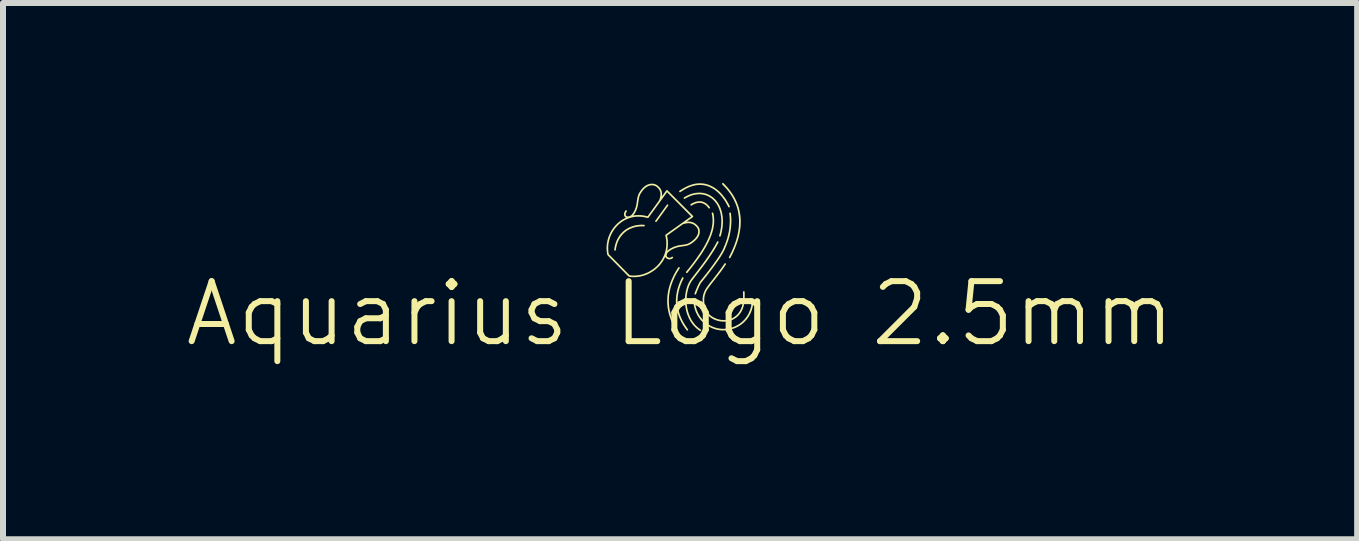
<source format=kicad_pcb>
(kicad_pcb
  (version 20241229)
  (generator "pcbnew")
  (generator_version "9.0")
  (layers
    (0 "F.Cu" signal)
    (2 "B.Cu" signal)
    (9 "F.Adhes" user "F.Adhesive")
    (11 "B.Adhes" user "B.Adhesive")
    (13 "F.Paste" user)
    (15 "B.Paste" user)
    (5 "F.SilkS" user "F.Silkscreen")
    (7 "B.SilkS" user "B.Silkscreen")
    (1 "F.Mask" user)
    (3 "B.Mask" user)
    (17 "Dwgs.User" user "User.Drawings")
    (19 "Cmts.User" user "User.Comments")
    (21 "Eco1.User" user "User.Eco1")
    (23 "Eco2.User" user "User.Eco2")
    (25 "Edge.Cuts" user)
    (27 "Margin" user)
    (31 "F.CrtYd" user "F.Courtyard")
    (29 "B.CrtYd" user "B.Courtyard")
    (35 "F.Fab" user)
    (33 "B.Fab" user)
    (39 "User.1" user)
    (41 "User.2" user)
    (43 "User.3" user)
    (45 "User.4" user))
  (footprint "Aquarius Logo 2.5mm"
    (layer "F.Cu")
    (at 8.288 1.24)
    (property "Reference" "Aquarius Logo 2.5mm" (at 0 0.94 0) (unlocked yes) (layer "F.SilkS") (effects (font (size 1 1) (thickness 0.1))))
    (fp_poly (pts (xy -0.21 -0.882) (xy -0.209 -0.882) (xy -0.208 -0.882) (xy -0.208 -0.882) (xy -0.207 -0.882) (xy -0.206 -0.882) (xy -0.206 -0.882) (xy -0.205 -0.881) (xy -0.204 -0.881) (xy -0.204 -0.881) (xy -0.203 -0.88) (xy -0.202 -0.88) (xy -0.202 -0.88) (xy -0.201 -0.879) (xy -0.201 -0.879) (xy -0.2 -0.878) (xy -0.2 -0.878) (xy -0.199 -0.877) (xy -0.199 -0.877) (xy -0.198 -0.876) (xy -0.198 -0.876) (xy -0.198 -0.875) (xy -0.197 -0.874) (xy -0.197 -0.874) (xy -0.197 -0.873) (xy -0.197 -0.872) (xy -0.196 -0.872) (xy -0.196 -0.871) (xy -0.196 -0.871) (xy -0.196 -0.87) (xy -0.196 -0.869) (xy -0.196 -0.869) (xy -0.196 -0.868) (xy -0.196 -0.867) (xy -0.196 -0.867) (xy -0.196 -0.866) (xy -0.196 -0.865) (xy -0.197 -0.865) (xy -0.197 -0.864) (xy -0.197 -0.863) (xy -0.197 -0.863) (xy -0.198 -0.862) (xy -0.198 -0.861) (xy -0.198 -0.861) (xy -0.199 -0.86) (xy -0.391 -0.594) (xy -0.391 -0.593) (xy -0.392 -0.593) (xy -0.392 -0.592) (xy -0.392 -0.592) (xy -0.393 -0.591) (xy -0.394 -0.591) (xy -0.394 -0.59) (xy -0.395 -0.59) (xy -0.395 -0.59) (xy -0.396 -0.589) (xy -0.396 -0.589) (xy -0.397 -0.589) (xy -0.398 -0.589) (xy -0.398 -0.589) (xy -0.399 -0.588) (xy -0.4 -0.588) (xy -0.4 -0.588) (xy -0.401 -0.588) (xy -0.402 -0.588) (xy -0.402 -0.588) (xy -0.403 -0.588) (xy -0.404 -0.588) (xy -0.404 -0.588) (xy -0.405 -0.588) (xy -0.406 -0.589) (xy -0.406 -0.589) (xy -0.407 -0.589) (xy -0.408 -0.589) (xy -0.408 -0.59) (xy -0.409 -0.59) (xy -0.41 -0.59) (xy -0.41 -0.591) (xy -0.411 -0.591) (xy -0.411 -0.592) (xy -0.412 -0.592) (xy -0.412 -0.593) (xy -0.413 -0.593) (xy -0.413 -0.594) (xy -0.414 -0.594) (xy -0.414 -0.595) (xy -0.414 -0.595) (xy -0.415 -0.596) (xy -0.415 -0.597) (xy -0.415 -0.597) (xy -0.415 -0.598) (xy -0.415 -0.598) (xy -0.416 -0.599) (xy -0.416 -0.6) (xy -0.416 -0.6) (xy -0.416 -0.601) (xy -0.416 -0.602) (xy -0.416 -0.602) (xy -0.416 -0.603) (xy -0.416 -0.604) (xy -0.416 -0.605) (xy -0.416 -0.605) (xy -0.415 -0.606) (xy -0.415 -0.606) (xy -0.415 -0.607) (xy -0.415 -0.608) (xy -0.414 -0.608) (xy -0.414 -0.609) (xy -0.414 -0.61) (xy -0.413 -0.61) (xy -0.221 -0.876) (xy -0.221 -0.877) (xy -0.22 -0.878) (xy -0.22 -0.878) (xy -0.219 -0.879) (xy -0.219 -0.879) (xy -0.218 -0.879) (xy -0.218 -0.88) (xy -0.217 -0.88) (xy -0.217 -0.881) (xy -0.216 -0.881) (xy -0.215 -0.881) (xy -0.215 -0.881) (xy -0.214 -0.882) (xy -0.214 -0.882) (xy -0.213 -0.882) (xy -0.212 -0.882) (xy -0.212 -0.882) (xy -0.211 -0.882) (xy -0.21 -0.882)) (stroke (width -0.000001) (type solid)) (fill yes) (layer "F.SilkS"))
    (fp_poly (pts (xy -0.019 0.163) (xy -0.018 0.163) (xy -0.018 0.163) (xy -0.017 0.163) (xy -0.016 0.163) (xy -0.016 0.163) (xy -0.015 0.164) (xy -0.014 0.164) (xy -0.014 0.164) (xy -0.013 0.164) (xy -0.012 0.165) (xy -0.012 0.165) (xy -0.011 0.166) (xy -0.011 0.166) (xy -0.01 0.166) (xy -0.01 0.167) (xy -0.009 0.167) (xy -0.009 0.168) (xy -0.008 0.169) (xy -0.008 0.169) (xy -0.007 0.17) (xy -0.007 0.17) (xy -0.007 0.171) (xy -0.007 0.171) (xy -0.006 0.172) (xy -0.006 0.173) (xy -0.006 0.173) (xy -0.006 0.174) (xy -0.006 0.175) (xy -0.006 0.175) (xy -0.006 0.176) (xy -0.005 0.177) (xy -0.006 0.177) (xy -0.006 0.178) (xy -0.006 0.179) (xy -0.006 0.179) (xy -0.006 0.18) (xy -0.006 0.181) (xy -0.006 0.181) (xy -0.006 0.182) (xy -0.007 0.183) (xy -0.007 0.183) (xy -0.007 0.184) (xy -0.008 0.185) (xy -0.049 0.25) (xy -0.084 0.315) (xy -0.114 0.38) (xy -0.139 0.445) (xy -0.159 0.51) (xy -0.173 0.574) (xy -0.183 0.638) (xy -0.187 0.702) (xy -0.186 0.766) (xy -0.181 0.83) (xy -0.17 0.893) (xy -0.154 0.956) (xy -0.134 1.019) (xy -0.108 1.082) (xy -0.078 1.145) (xy -0.042 1.207) (xy -0.042 1.208) (xy -0.042 1.209) (xy -0.042 1.209) (xy -0.041 1.21) (xy -0.041 1.211) (xy -0.041 1.211) (xy -0.041 1.212) (xy -0.041 1.213) (xy -0.041 1.213) (xy -0.04 1.214) (xy -0.04 1.215) (xy -0.04 1.215) (xy -0.041 1.216) (xy -0.041 1.217) (xy -0.041 1.217) (xy -0.041 1.218) (xy -0.041 1.219) (xy -0.041 1.219) (xy -0.042 1.22) (xy -0.042 1.221) (xy -0.042 1.221) (xy -0.042 1.222) (xy -0.043 1.222) (xy -0.043 1.223) (xy -0.044 1.223) (xy -0.044 1.224) (xy -0.044 1.224) (xy -0.045 1.225) (xy -0.046 1.225) (xy -0.046 1.226) (xy -0.047 1.226) (xy -0.047 1.227) (xy -0.048 1.227) (xy -0.049 1.227) (xy -0.049 1.228) (xy -0.05 1.228) (xy -0.05 1.228) (xy -0.051 1.228) (xy -0.052 1.228) (xy -0.052 1.229) (xy -0.053 1.229) (xy -0.054 1.229) (xy -0.055 1.229) (xy -0.055 1.229) (xy -0.056 1.229) (xy -0.057 1.229) (xy -0.057 1.228) (xy -0.058 1.228) (xy -0.058 1.228) (xy -0.059 1.228) (xy -0.06 1.228) (xy -0.06 1.227) (xy -0.061 1.227) (xy -0.062 1.227) (xy -0.062 1.226) (xy -0.063 1.226) (xy -0.063 1.226) (xy -0.064 1.225) (xy -0.064 1.225) (xy -0.065 1.224) (xy -0.065 1.224) (xy -0.066 1.223) (xy -0.066 1.223) (xy -0.066 1.222) (xy -0.103 1.158) (xy -0.134 1.093) (xy -0.16 1.028) (xy -0.181 0.964) (xy -0.198 0.898) (xy -0.209 0.833) (xy -0.215 0.768) (xy -0.215 0.702) (xy -0.211 0.636) (xy -0.201 0.57) (xy -0.186 0.504) (xy -0.166 0.437) (xy -0.14 0.371) (xy -0.109 0.304) (xy -0.073 0.236) (xy -0.031 0.169) (xy -0.031 0.169) (xy -0.03 0.168) (xy -0.03 0.167) (xy -0.029 0.167) (xy -0.029 0.166) (xy -0.028 0.166) (xy -0.028 0.166) (xy -0.027 0.165) (xy -0.027 0.165) (xy -0.026 0.164) (xy -0.025 0.164) (xy -0.025 0.164) (xy -0.024 0.164) (xy -0.024 0.163) (xy -0.023 0.163) (xy -0.022 0.163) (xy -0.022 0.163) (xy -0.021 0.163) (xy -0.02 0.163) (xy -0.02 0.163)) (stroke (width -0.000001) (type solid)) (fill yes) (layer "F.SilkS"))
    (fp_poly (pts (xy 0.045 0.331) (xy 0.046 0.331) (xy 0.046 0.331) (xy 0.047 0.331) (xy 0.048 0.332) (xy 0.048 0.332) (xy 0.049 0.332) (xy 0.05 0.332) (xy 0.05 0.333) (xy 0.051 0.333) (xy 0.052 0.333) (xy 0.052 0.334) (xy 0.053 0.334) (xy 0.053 0.334) (xy 0.054 0.335) (xy 0.054 0.335) (xy 0.055 0.336) (xy 0.055 0.336) (xy 0.056 0.337) (xy 0.056 0.337) (xy 0.057 0.338) (xy 0.057 0.339) (xy 0.057 0.339) (xy 0.057 0.34) (xy 0.058 0.34) (xy 0.058 0.341) (xy 0.058 0.342) (xy 0.058 0.342) (xy 0.058 0.343) (xy 0.058 0.344) (xy 0.059 0.344) (xy 0.059 0.345) (xy 0.059 0.346) (xy 0.059 0.346) (xy 0.058 0.347) (xy 0.058 0.348) (xy 0.058 0.348) (xy 0.058 0.349) (xy 0.058 0.35) (xy 0.058 0.35) (xy 0.057 0.351) (xy 0.057 0.352) (xy 0.03 0.408) (xy 0.007 0.465) (xy -0.011 0.52) (xy -0.025 0.576) (xy -0.035 0.63) (xy -0.041 0.685) (xy -0.042 0.738) (xy -0.039 0.792) (xy -0.032 0.844) (xy -0.021 0.896) (xy -0.006 0.948) (xy 0.014 0.999) (xy 0.037 1.05) (xy 0.065 1.1) (xy 0.097 1.15) (xy 0.132 1.2) (xy 0.133 1.2) (xy 0.133 1.201) (xy 0.133 1.201) (xy 0.134 1.202) (xy 0.134 1.203) (xy 0.134 1.203) (xy 0.134 1.204) (xy 0.135 1.204) (xy 0.135 1.205) (xy 0.135 1.206) (xy 0.135 1.206) (xy 0.135 1.207) (xy 0.135 1.208) (xy 0.135 1.209) (xy 0.135 1.209) (xy 0.135 1.21) (xy 0.135 1.211) (xy 0.135 1.211) (xy 0.135 1.212) (xy 0.134 1.212) (xy 0.134 1.213) (xy 0.134 1.214) (xy 0.134 1.214) (xy 0.133 1.215) (xy 0.133 1.216) (xy 0.133 1.216) (xy 0.132 1.217) (xy 0.132 1.217) (xy 0.131 1.218) (xy 0.131 1.218) (xy 0.13 1.219) (xy 0.13 1.219) (xy 0.129 1.22) (xy 0.128 1.22) (xy 0.128 1.22) (xy 0.127 1.221) (xy 0.127 1.221) (xy 0.126 1.221) (xy 0.125 1.221) (xy 0.125 1.222) (xy 0.124 1.222) (xy 0.123 1.222) (xy 0.123 1.222) (xy 0.122 1.222) (xy 0.121 1.222) (xy 0.121 1.222) (xy 0.12 1.222) (xy 0.119 1.222) (xy 0.119 1.222) (xy 0.118 1.222) (xy 0.117 1.221) (xy 0.117 1.221) (xy 0.116 1.221) (xy 0.115 1.221) (xy 0.115 1.221) (xy 0.114 1.22) (xy 0.114 1.22) (xy 0.113 1.219) (xy 0.112 1.219) (xy 0.112 1.219) (xy 0.111 1.218) (xy 0.111 1.218) (xy 0.11 1.217) (xy 0.11 1.217) (xy 0.073 1.166) (xy 0.04 1.114) (xy 0.012 1.062) (xy -0.013 1.009) (xy -0.033 0.956) (xy -0.049 0.903) (xy -0.06 0.849) (xy -0.068 0.794) (xy -0.071 0.739) (xy -0.069 0.684) (xy -0.063 0.627) (xy -0.053 0.571) (xy -0.039 0.514) (xy -0.02 0.456) (xy 0.004 0.398) (xy 0.032 0.339) (xy 0.032 0.338) (xy 0.033 0.338) (xy 0.033 0.337) (xy 0.034 0.337) (xy 0.034 0.336) (xy 0.035 0.335) (xy 0.035 0.335) (xy 0.036 0.335) (xy 0.036 0.334) (xy 0.037 0.334) (xy 0.037 0.333) (xy 0.038 0.333) (xy 0.038 0.333) (xy 0.039 0.332) (xy 0.04 0.332) (xy 0.04 0.332) (xy 0.041 0.332) (xy 0.042 0.332) (xy 0.042 0.331) (xy 0.043 0.331) (xy 0.044 0.331) (xy 0.044 0.331)) (stroke (width -0.000001) (type solid)) (fill yes) (layer "F.SilkS"))
    (fp_poly (pts (xy 0.714 -1.24) (xy 0.714 -1.24) (xy 0.715 -1.24) (xy 0.716 -1.24) (xy 0.716 -1.24) (xy 0.717 -1.239) (xy 0.717 -1.239) (xy 0.718 -1.239) (xy 0.719 -1.239) (xy 0.719 -1.238) (xy 0.72 -1.238) (xy 0.721 -1.238) (xy 0.721 -1.237) (xy 0.722 -1.237) (xy 0.722 -1.237) (xy 0.723 -1.236) (xy 0.754 -1.205) (xy 0.783 -1.173) (xy 0.811 -1.14) (xy 0.836 -1.107) (xy 0.86 -1.074) (xy 0.883 -1.04) (xy 0.903 -1.006) (xy 0.922 -0.971) (xy 0.939 -0.936) (xy 0.954 -0.9) (xy 0.967 -0.864) (xy 0.979 -0.827) (xy 0.989 -0.79) (xy 0.997 -0.752) (xy 1.003 -0.714) (xy 1.008 -0.676) (xy 1.011 -0.637) (xy 1.012 -0.597) (xy 1.011 -0.557) (xy 1.009 -0.516) (xy 1.004 -0.475) (xy 0.998 -0.434) (xy 0.99 -0.392) (xy 0.981 -0.349) (xy 0.969 -0.306) (xy 0.956 -0.263) (xy 0.941 -0.219) (xy 0.924 -0.174) (xy 0.886 -0.084) (xy 0.839 0.008) (xy 0.839 0.009) (xy 0.839 0.009) (xy 0.838 0.01) (xy 0.838 0.011) (xy 0.837 0.011) (xy 0.837 0.012) (xy 0.836 0.012) (xy 0.836 0.012) (xy 0.835 0.013) (xy 0.835 0.013) (xy 0.834 0.014) (xy 0.834 0.014) (xy 0.833 0.014) (xy 0.833 0.015) (xy 0.832 0.015) (xy 0.831 0.015) (xy 0.831 0.015) (xy 0.83 0.015) (xy 0.829 0.015) (xy 0.829 0.015) (xy 0.828 0.016) (xy 0.827 0.016) (xy 0.827 0.016) (xy 0.826 0.016) (xy 0.825 0.015) (xy 0.825 0.015) (xy 0.824 0.015) (xy 0.823 0.015) (xy 0.823 0.015) (xy 0.822 0.015) (xy 0.821 0.014) (xy 0.821 0.014) (xy 0.82 0.014) (xy 0.819 0.013) (xy 0.819 0.013) (xy 0.818 0.012) (xy 0.818 0.012) (xy 0.817 0.011) (xy 0.817 0.011) (xy 0.816 0.01) (xy 0.816 0.01) (xy 0.816 0.009) (xy 0.815 0.009) (xy 0.815 0.008) (xy 0.815 0.008) (xy 0.814 0.007) (xy 0.814 0.006) (xy 0.814 0.006) (xy 0.814 0.005) (xy 0.813 0.004) (xy 0.813 0.004) (xy 0.813 0.003) (xy 0.813 0.002) (xy 0.813 0.002) (xy 0.813 0.001) (xy 0.813 0.000332) (xy 0.813 -0.000346) (xy 0.813 -0.001) (xy 0.814 -0.002) (xy 0.814 -0.002) (xy 0.814 -0.003) (xy 0.814 -0.004) (xy 0.815 -0.004) (xy 0.815 -0.005) (xy 0.86 -0.095) (xy 0.898 -0.183) (xy 0.929 -0.269) (xy 0.953 -0.353) (xy 0.97 -0.435) (xy 0.98 -0.515) (xy 0.983 -0.594) (xy 0.98 -0.671) (xy 0.969 -0.745) (xy 0.962 -0.782) (xy 0.952 -0.818) (xy 0.941 -0.854) (xy 0.928 -0.889) (xy 0.897 -0.958) (xy 0.859 -1.026) (xy 0.814 -1.091) (xy 0.762 -1.154) (xy 0.703 -1.216) (xy 0.703 -1.217) (xy 0.702 -1.217) (xy 0.702 -1.218) (xy 0.701 -1.218) (xy 0.701 -1.219) (xy 0.701 -1.219) (xy 0.7 -1.22) (xy 0.7 -1.221) (xy 0.7 -1.221) (xy 0.7 -1.222) (xy 0.699 -1.223) (xy 0.699 -1.223) (xy 0.699 -1.224) (xy 0.699 -1.225) (xy 0.699 -1.225) (xy 0.699 -1.226) (xy 0.699 -1.227) (xy 0.699 -1.227) (xy 0.699 -1.228) (xy 0.699 -1.229) (xy 0.699 -1.229) (xy 0.7 -1.23) (xy 0.7 -1.23) (xy 0.7 -1.231) (xy 0.7 -1.232) (xy 0.701 -1.232) (xy 0.701 -1.233) (xy 0.701 -1.234) (xy 0.702 -1.234) (xy 0.702 -1.235) (xy 0.703 -1.235) (xy 0.703 -1.236) (xy 0.704 -1.236) (xy 0.704 -1.237) (xy 0.705 -1.237) (xy 0.705 -1.238) (xy 0.706 -1.238) (xy 0.706 -1.238) (xy 0.707 -1.239) (xy 0.708 -1.239) (xy 0.708 -1.239) (xy 0.709 -1.239) (xy 0.71 -1.24) (xy 0.71 -1.24) (xy 0.711 -1.24) (xy 0.712 -1.24) (xy 0.712 -1.24) (xy 0.713 -1.24)) (stroke (width -0.000001) (type solid)) (fill yes) (layer "F.SilkS"))
    (fp_poly (pts (xy 0.542 -0.748) (xy 0.543 -0.748) (xy 0.543 -0.748) (xy 0.544 -0.747) (xy 0.545 -0.747) (xy 0.545 -0.747) (xy 0.546 -0.747) (xy 0.547 -0.747) (xy 0.547 -0.746) (xy 0.548 -0.746) (xy 0.548 -0.746) (xy 0.549 -0.745) (xy 0.549 -0.745) (xy 0.55 -0.745) (xy 0.551 -0.744) (xy 0.551 -0.744) (xy 0.551 -0.743) (xy 0.552 -0.743) (xy 0.552 -0.742) (xy 0.553 -0.742) (xy 0.553 -0.741) (xy 0.553 -0.74) (xy 0.554 -0.74) (xy 0.554 -0.739) (xy 0.554 -0.738) (xy 0.554 -0.738) (xy 0.555 -0.737) (xy 0.56 -0.714) (xy 0.564 -0.691) (xy 0.566 -0.668) (xy 0.568 -0.644) (xy 0.569 -0.621) (xy 0.569 -0.597) (xy 0.568 -0.574) (xy 0.566 -0.55) (xy 0.562 -0.526) (xy 0.558 -0.502) (xy 0.554 -0.477) (xy 0.548 -0.453) (xy 0.541 -0.428) (xy 0.534 -0.404) (xy 0.525 -0.379) (xy 0.516 -0.354) (xy 0.501 -0.317) (xy 0.485 -0.28) (xy 0.467 -0.243) (xy 0.447 -0.205) (xy 0.427 -0.168) (xy 0.404 -0.13) (xy 0.381 -0.092) (xy 0.356 -0.053) (xy 0.303 0.023) (xy 0.246 0.101) (xy 0.186 0.179) (xy 0.123 0.257) (xy 0.123 0.258) (xy 0.122 0.258) (xy 0.122 0.259) (xy 0.121 0.259) (xy 0.12 0.26) (xy 0.12 0.26) (xy 0.119 0.26) (xy 0.119 0.261) (xy 0.118 0.261) (xy 0.118 0.261) (xy 0.117 0.261) (xy 0.116 0.262) (xy 0.116 0.262) (xy 0.115 0.262) (xy 0.114 0.262) (xy 0.114 0.262) (xy 0.113 0.262) (xy 0.112 0.262) (xy 0.112 0.262) (xy 0.111 0.262) (xy 0.11 0.262) (xy 0.11 0.262) (xy 0.109 0.262) (xy 0.108 0.262) (xy 0.108 0.261) (xy 0.107 0.261) (xy 0.106 0.261) (xy 0.106 0.261) (xy 0.105 0.26) (xy 0.105 0.26) (xy 0.104 0.26) (xy 0.103 0.259) (xy 0.103 0.259) (xy 0.102 0.258) (xy 0.102 0.258) (xy 0.101 0.257) (xy 0.101 0.257) (xy 0.101 0.256) (xy 0.1 0.255) (xy 0.1 0.255) (xy 0.1 0.254) (xy 0.099 0.254) (xy 0.099 0.253) (xy 0.099 0.252) (xy 0.099 0.252) (xy 0.099 0.251) (xy 0.098 0.25) (xy 0.098 0.25) (xy 0.098 0.249) (xy 0.098 0.248) (xy 0.098 0.248) (xy 0.098 0.247) (xy 0.098 0.246) (xy 0.098 0.246) (xy 0.099 0.245) (xy 0.099 0.244) (xy 0.099 0.244) (xy 0.099 0.243) (xy 0.1 0.242) (xy 0.1 0.242) (xy 0.1 0.241) (xy 0.101 0.241) (xy 0.101 0.24) (xy 0.101 0.239) (xy 0.154 0.175) (xy 0.204 0.111) (xy 0.252 0.047) (xy 0.297 -0.017) (xy 0.34 -0.08) (xy 0.38 -0.143) (xy 0.398 -0.174) (xy 0.416 -0.205) (xy 0.432 -0.236) (xy 0.448 -0.267) (xy 0.462 -0.297) (xy 0.475 -0.327) (xy 0.488 -0.357) (xy 0.499 -0.387) (xy 0.508 -0.417) (xy 0.517 -0.446) (xy 0.525 -0.476) (xy 0.531 -0.505) (xy 0.535 -0.534) (xy 0.539 -0.562) (xy 0.541 -0.591) (xy 0.541 -0.619) (xy 0.54 -0.647) (xy 0.538 -0.675) (xy 0.533 -0.703) (xy 0.528 -0.73) (xy 0.527 -0.731) (xy 0.527 -0.732) (xy 0.527 -0.733) (xy 0.527 -0.733) (xy 0.527 -0.734) (xy 0.527 -0.735) (xy 0.527 -0.735) (xy 0.527 -0.736) (xy 0.527 -0.737) (xy 0.528 -0.737) (xy 0.528 -0.738) (xy 0.528 -0.739) (xy 0.528 -0.739) (xy 0.528 -0.74) (xy 0.529 -0.74) (xy 0.529 -0.741) (xy 0.53 -0.742) (xy 0.53 -0.742) (xy 0.53 -0.743) (xy 0.531 -0.743) (xy 0.531 -0.744) (xy 0.532 -0.744) (xy 0.532 -0.745) (xy 0.533 -0.745) (xy 0.533 -0.745) (xy 0.534 -0.746) (xy 0.534 -0.746) (xy 0.535 -0.746) (xy 0.536 -0.747) (xy 0.536 -0.747) (xy 0.537 -0.747) (xy 0.538 -0.747) (xy 0.538 -0.747) (xy 0.539 -0.748) (xy 0.54 -0.748) (xy 0.541 -0.748) (xy 0.541 -0.748)) (stroke (width -0.000001) (type solid)) (fill yes) (layer "F.SilkS"))
    (fp_poly (pts (xy -0.601 -0.543) (xy -0.601 -0.543) (xy -0.6 -0.543) (xy -0.599 -0.543) (xy -0.599 -0.543) (xy -0.598 -0.543) (xy -0.597 -0.543) (xy -0.597 -0.542) (xy -0.596 -0.542) (xy -0.595 -0.542) (xy -0.595 -0.541) (xy -0.594 -0.541) (xy -0.594 -0.541) (xy -0.593 -0.54) (xy -0.593 -0.54) (xy -0.592 -0.539) (xy -0.592 -0.539) (xy -0.591 -0.538) (xy -0.591 -0.538) (xy -0.59 -0.537) (xy -0.59 -0.537) (xy -0.59 -0.536) (xy -0.589 -0.535) (xy -0.589 -0.535) (xy -0.589 -0.534) (xy -0.589 -0.534) (xy -0.588 -0.533) (xy -0.588 -0.532) (xy -0.588 -0.532) (xy -0.588 -0.531) (xy -0.588 -0.53) (xy -0.588 -0.529) (xy -0.588 -0.529) (xy -0.588 -0.528) (xy -0.588 -0.527) (xy -0.588 -0.527) (xy -0.588 -0.526) (xy -0.589 -0.525) (xy -0.589 -0.525) (xy -0.589 -0.524) (xy -0.589 -0.523) (xy -0.59 -0.523) (xy -0.59 -0.522) (xy -0.59 -0.522) (xy -0.591 -0.521) (xy -0.591 -0.521) (xy -0.592 -0.52) (xy -0.592 -0.52) (xy -0.593 -0.519) (xy -0.593 -0.519) (xy -0.594 -0.518) (xy -0.594 -0.518) (xy -0.595 -0.517) (xy -0.595 -0.517) (xy -0.596 -0.517) (xy -0.597 -0.517) (xy -0.597 -0.516) (xy -0.598 -0.516) (xy -0.598 -0.516) (xy -0.599 -0.516) (xy -0.6 -0.516) (xy -0.601 -0.515) (xy -0.601 -0.515) (xy -0.602 -0.515) (xy -0.603 -0.515) (xy -0.628 -0.516) (xy -0.653 -0.516) (xy -0.677 -0.514) (xy -0.7 -0.512) (xy -0.723 -0.508) (xy -0.745 -0.504) (xy -0.767 -0.498) (xy -0.788 -0.492) (xy -0.808 -0.484) (xy -0.827 -0.476) (xy -0.846 -0.467) (xy -0.864 -0.457) (xy -0.882 -0.447) (xy -0.898 -0.435) (xy -0.914 -0.423) (xy -0.93 -0.41) (xy -0.944 -0.396) (xy -0.958 -0.382) (xy -0.971 -0.367) (xy -0.983 -0.351) (xy -0.995 -0.335) (xy -1.006 -0.318) (xy -1.016 -0.301) (xy -1.025 -0.283) (xy -1.033 -0.265) (xy -1.041 -0.246) (xy -1.048 -0.226) (xy -1.054 -0.206) (xy -1.064 -0.166) (xy -1.071 -0.123) (xy -1.071 -0.122) (xy -1.071 -0.122) (xy -1.071 -0.121) (xy -1.071 -0.12) (xy -1.072 -0.12) (xy -1.072 -0.119) (xy -1.072 -0.118) (xy -1.072 -0.118) (xy -1.073 -0.117) (xy -1.073 -0.117) (xy -1.074 -0.116) (xy -1.074 -0.116) (xy -1.074 -0.115) (xy -1.075 -0.115) (xy -1.075 -0.114) (xy -1.076 -0.114) (xy -1.076 -0.113) (xy -1.077 -0.113) (xy -1.078 -0.113) (xy -1.078 -0.112) (xy -1.079 -0.112) (xy -1.079 -0.112) (xy -1.08 -0.112) (xy -1.081 -0.111) (xy -1.081 -0.111) (xy -1.082 -0.111) (xy -1.083 -0.111) (xy -1.083 -0.111) (xy -1.084 -0.111) (xy -1.085 -0.111) (xy -1.086 -0.111) (xy -1.086 -0.111) (xy -1.087 -0.111) (xy -1.088 -0.111) (xy -1.088 -0.111) (xy -1.089 -0.112) (xy -1.09 -0.112) (xy -1.09 -0.112) (xy -1.091 -0.112) (xy -1.092 -0.113) (xy -1.092 -0.113) (xy -1.093 -0.113) (xy -1.093 -0.114) (xy -1.094 -0.114) (xy -1.094 -0.115) (xy -1.095 -0.115) (xy -1.095 -0.116) (xy -1.096 -0.116) (xy -1.096 -0.117) (xy -1.096 -0.117) (xy -1.097 -0.118) (xy -1.097 -0.118) (xy -1.097 -0.119) (xy -1.098 -0.12) (xy -1.098 -0.12) (xy -1.098 -0.121) (xy -1.098 -0.122) (xy -1.098 -0.122) (xy -1.098 -0.123) (xy -1.099 -0.124) (xy -1.099 -0.124) (xy -1.099 -0.125) (xy -1.099 -0.126) (xy -1.099 -0.126) (xy -1.095 -0.149) (xy -1.091 -0.171) (xy -1.087 -0.193) (xy -1.081 -0.215) (xy -1.074 -0.236) (xy -1.067 -0.256) (xy -1.059 -0.277) (xy -1.05 -0.296) (xy -1.04 -0.315) (xy -1.029 -0.334) (xy -1.018 -0.352) (xy -1.006 -0.369) (xy -0.993 -0.386) (xy -0.979 -0.401) (xy -0.964 -0.417) (xy -0.949 -0.431) (xy -0.932 -0.445) (xy -0.916 -0.458) (xy -0.898 -0.47) (xy -0.879 -0.482) (xy -0.86 -0.492) (xy -0.84 -0.502) (xy -0.819 -0.51) (xy -0.798 -0.518) (xy -0.776 -0.525) (xy -0.753 -0.531) (xy -0.73 -0.536) (xy -0.705 -0.539) (xy -0.68 -0.542) (xy -0.655 -0.544) (xy -0.628 -0.544)) (stroke (width -0.000001) (type solid)) (fill yes) (layer "F.SilkS"))
    (fp_poly (pts (xy 0.331 -0.936) (xy 0.341 -0.935) (xy 0.351 -0.934) (xy 0.361 -0.932) (xy 0.371 -0.93) (xy 0.381 -0.927) (xy 0.39 -0.924) (xy 0.4 -0.92) (xy 0.409 -0.915) (xy 0.418 -0.91) (xy 0.428 -0.904) (xy 0.437 -0.898) (xy 0.446 -0.891) (xy 0.454 -0.883) (xy 0.463 -0.875) (xy 0.471 -0.866) (xy 0.48 -0.857) (xy 0.488 -0.846) (xy 0.496 -0.836) (xy 0.497 -0.835) (xy 0.497 -0.834) (xy 0.497 -0.834) (xy 0.498 -0.833) (xy 0.498 -0.833) (xy 0.498 -0.832) (xy 0.498 -0.831) (xy 0.498 -0.831) (xy 0.499 -0.83) (xy 0.499 -0.829) (xy 0.499 -0.829) (xy 0.499 -0.828) (xy 0.499 -0.827) (xy 0.499 -0.827) (xy 0.499 -0.826) (xy 0.499 -0.825) (xy 0.499 -0.825) (xy 0.498 -0.824) (xy 0.498 -0.823) (xy 0.498 -0.823) (xy 0.498 -0.822) (xy 0.497 -0.821) (xy 0.497 -0.821) (xy 0.497 -0.82) (xy 0.496 -0.82) (xy 0.496 -0.819) (xy 0.496 -0.819) (xy 0.495 -0.818) (xy 0.495 -0.818) (xy 0.494 -0.817) (xy 0.494 -0.817) (xy 0.493 -0.816) (xy 0.492 -0.816) (xy 0.492 -0.815) (xy 0.491 -0.815) (xy 0.491 -0.815) (xy 0.49 -0.814) (xy 0.489 -0.814) (xy 0.489 -0.814) (xy 0.488 -0.814) (xy 0.487 -0.814) (xy 0.487 -0.814) (xy 0.486 -0.814) (xy 0.485 -0.813) (xy 0.485 -0.813) (xy 0.484 -0.814) (xy 0.483 -0.814) (xy 0.483 -0.814) (xy 0.482 -0.814) (xy 0.481 -0.814) (xy 0.481 -0.814) (xy 0.48 -0.814) (xy 0.479 -0.815) (xy 0.479 -0.815) (xy 0.478 -0.815) (xy 0.478 -0.815) (xy 0.477 -0.816) (xy 0.476 -0.816) (xy 0.476 -0.817) (xy 0.475 -0.817) (xy 0.475 -0.818) (xy 0.474 -0.818) (xy 0.474 -0.819) (xy 0.473 -0.819) (xy 0.466 -0.829) (xy 0.459 -0.838) (xy 0.452 -0.846) (xy 0.445 -0.854) (xy 0.437 -0.861) (xy 0.429 -0.868) (xy 0.422 -0.874) (xy 0.414 -0.88) (xy 0.406 -0.885) (xy 0.398 -0.889) (xy 0.39 -0.893) (xy 0.381 -0.897) (xy 0.373 -0.9) (xy 0.364 -0.903) (xy 0.356 -0.905) (xy 0.347 -0.906) (xy 0.338 -0.907) (xy 0.329 -0.908) (xy 0.32 -0.908) (xy 0.311 -0.907) (xy 0.301 -0.906) (xy 0.292 -0.905) (xy 0.282 -0.903) (xy 0.273 -0.9) (xy 0.263 -0.897) (xy 0.253 -0.894) (xy 0.243 -0.89) (xy 0.233 -0.885) (xy 0.223 -0.881) (xy 0.213 -0.875) (xy 0.203 -0.87) (xy 0.192 -0.863) (xy 0.191 -0.863) (xy 0.191 -0.863) (xy 0.19 -0.862) (xy 0.19 -0.862) (xy 0.189 -0.862) (xy 0.188 -0.862) (xy 0.188 -0.862) (xy 0.187 -0.861) (xy 0.186 -0.861) (xy 0.186 -0.861) (xy 0.185 -0.861) (xy 0.184 -0.861) (xy 0.183 -0.861) (xy 0.183 -0.861) (xy 0.182 -0.862) (xy 0.182 -0.862) (xy 0.181 -0.862) (xy 0.18 -0.862) (xy 0.18 -0.862) (xy 0.179 -0.863) (xy 0.178 -0.863) (xy 0.178 -0.863) (xy 0.177 -0.864) (xy 0.177 -0.864) (xy 0.176 -0.864) (xy 0.176 -0.865) (xy 0.175 -0.865) (xy 0.175 -0.866) (xy 0.174 -0.866) (xy 0.174 -0.867) (xy 0.173 -0.867) (xy 0.173 -0.868) (xy 0.172 -0.869) (xy 0.172 -0.869) (xy 0.172 -0.87) (xy 0.172 -0.871) (xy 0.171 -0.871) (xy 0.171 -0.872) (xy 0.171 -0.873) (xy 0.171 -0.873) (xy 0.171 -0.874) (xy 0.171 -0.875) (xy 0.171 -0.875) (xy 0.171 -0.876) (xy 0.171 -0.877) (xy 0.171 -0.877) (xy 0.171 -0.878) (xy 0.171 -0.879) (xy 0.171 -0.879) (xy 0.172 -0.88) (xy 0.172 -0.881) (xy 0.172 -0.881) (xy 0.172 -0.882) (xy 0.173 -0.882) (xy 0.173 -0.883) (xy 0.173 -0.883) (xy 0.174 -0.884) (xy 0.174 -0.885) (xy 0.175 -0.885) (xy 0.175 -0.886) (xy 0.176 -0.886) (xy 0.176 -0.886) (xy 0.177 -0.887) (xy 0.177 -0.887) (xy 0.189 -0.894) (xy 0.201 -0.901) (xy 0.212 -0.906) (xy 0.224 -0.912) (xy 0.235 -0.917) (xy 0.246 -0.921) (xy 0.257 -0.925) (xy 0.268 -0.928) (xy 0.279 -0.93) (xy 0.289 -0.933) (xy 0.3 -0.934) (xy 0.31 -0.935) (xy 0.321 -0.936)) (stroke (width -0.000001) (type solid)) (fill yes) (layer "F.SilkS"))
    (fp_poly (pts (xy 0.354 -1.234) (xy 0.383 -1.232) (xy 0.412 -1.227) (xy 0.44 -1.221) (xy 0.468 -1.212) (xy 0.469 -1.212) (xy 0.497 -1.201) (xy 0.525 -1.188) (xy 0.552 -1.174) (xy 0.578 -1.158) (xy 0.603 -1.14) (xy 0.627 -1.121) (xy 0.65 -1.101) (xy 0.673 -1.079) (xy 0.695 -1.055) (xy 0.716 -1.03) (xy 0.737 -1.004) (xy 0.757 -0.976) (xy 0.776 -0.947) (xy 0.794 -0.916) (xy 0.812 -0.885) (xy 0.828 -0.852) (xy 0.829 -0.851) (xy 0.829 -0.85) (xy 0.829 -0.85) (xy 0.829 -0.849) (xy 0.83 -0.848) (xy 0.83 -0.848) (xy 0.83 -0.847) (xy 0.83 -0.846) (xy 0.83 -0.846) (xy 0.83 -0.845) (xy 0.83 -0.844) (xy 0.83 -0.844) (xy 0.83 -0.843) (xy 0.83 -0.842) (xy 0.829 -0.842) (xy 0.829 -0.841) (xy 0.829 -0.84) (xy 0.829 -0.84) (xy 0.828 -0.839) (xy 0.828 -0.839) (xy 0.828 -0.838) (xy 0.827 -0.837) (xy 0.827 -0.837) (xy 0.827 -0.836) (xy 0.826 -0.836) (xy 0.826 -0.835) (xy 0.825 -0.835) (xy 0.825 -0.834) (xy 0.824 -0.834) (xy 0.823 -0.834) (xy 0.823 -0.833) (xy 0.822 -0.833) (xy 0.821 -0.833) (xy 0.821 -0.832) (xy 0.82 -0.832) (xy 0.819 -0.832) (xy 0.819 -0.832) (xy 0.818 -0.832) (xy 0.817 -0.832) (xy 0.817 -0.831) (xy 0.816 -0.831) (xy 0.815 -0.831) (xy 0.815 -0.831) (xy 0.814 -0.832) (xy 0.813 -0.832) (xy 0.813 -0.832) (xy 0.812 -0.832) (xy 0.811 -0.832) (xy 0.811 -0.832) (xy 0.81 -0.833) (xy 0.81 -0.833) (xy 0.809 -0.833) (xy 0.808 -0.834) (xy 0.808 -0.834) (xy 0.807 -0.834) (xy 0.807 -0.835) (xy 0.806 -0.835) (xy 0.806 -0.836) (xy 0.805 -0.836) (xy 0.805 -0.837) (xy 0.804 -0.837) (xy 0.804 -0.838) (xy 0.804 -0.839) (xy 0.803 -0.839) (xy 0.787 -0.871) (xy 0.77 -0.901) (xy 0.753 -0.931) (xy 0.735 -0.958) (xy 0.716 -0.985) (xy 0.696 -1.011) (xy 0.676 -1.035) (xy 0.655 -1.057) (xy 0.633 -1.079) (xy 0.611 -1.098) (xy 0.588 -1.117) (xy 0.564 -1.134) (xy 0.539 -1.149) (xy 0.513 -1.163) (xy 0.487 -1.175) (xy 0.459 -1.186) (xy 0.433 -1.194) (xy 0.405 -1.2) (xy 0.378 -1.204) (xy 0.351 -1.206) (xy 0.323 -1.207) (xy 0.295 -1.205) (xy 0.267 -1.202) (xy 0.239 -1.196) (xy 0.211 -1.189) (xy 0.182 -1.18) (xy 0.153 -1.169) (xy 0.124 -1.156) (xy 0.095 -1.142) (xy 0.066 -1.125) (xy 0.036 -1.107) (xy 0.006 -1.088) (xy 0.006 -1.087) (xy 0.005 -1.087) (xy 0.005 -1.087) (xy 0.004 -1.086) (xy 0.003 -1.086) (xy 0.003 -1.086) (xy 0.002 -1.086) (xy 0.001 -1.086) (xy 0.001 -1.085) (xy -0.000088 -1.085) (xy -0.001 -1.085) (xy -0.001 -1.085) (xy -0.002 -1.085) (xy -0.003 -1.085) (xy -0.003 -1.085) (xy -0.004 -1.086) (xy -0.005 -1.086) (xy -0.005 -1.086) (xy -0.006 -1.086) (xy -0.007 -1.086) (xy -0.007 -1.087) (xy -0.008 -1.087) (xy -0.009 -1.087) (xy -0.009 -1.087) (xy -0.01 -1.088) (xy -0.01 -1.088) (xy -0.011 -1.089) (xy -0.011 -1.089) (xy -0.012 -1.09) (xy -0.012 -1.09) (xy -0.013 -1.091) (xy -0.013 -1.091) (xy -0.013 -1.092) (xy -0.014 -1.093) (xy -0.014 -1.093) (xy -0.014 -1.094) (xy -0.015 -1.094) (xy -0.015 -1.095) (xy -0.015 -1.096) (xy -0.015 -1.096) (xy -0.015 -1.097) (xy -0.015 -1.098) (xy -0.016 -1.098) (xy -0.016 -1.099) (xy -0.016 -1.1) (xy -0.016 -1.1) (xy -0.015 -1.101) (xy -0.015 -1.102) (xy -0.015 -1.102) (xy -0.015 -1.103) (xy -0.015 -1.104) (xy -0.015 -1.104) (xy -0.014 -1.105) (xy -0.014 -1.106) (xy -0.014 -1.106) (xy -0.013 -1.107) (xy -0.013 -1.107) (xy -0.013 -1.108) (xy -0.012 -1.108) (xy -0.012 -1.109) (xy -0.011 -1.109) (xy -0.011 -1.11) (xy -0.01 -1.11) (xy -0.01 -1.111) (xy 0.022 -1.132) (xy 0.053 -1.15) (xy 0.084 -1.167) (xy 0.115 -1.183) (xy 0.145 -1.196) (xy 0.176 -1.207) (xy 0.206 -1.217) (xy 0.236 -1.224) (xy 0.266 -1.23) (xy 0.295 -1.233) (xy 0.325 -1.235)) (stroke (width -0.000001) (type solid)) (fill yes) (layer "F.SilkS"))
    (fp_poly (pts (xy 0.835 -0.747) (xy 0.835 -0.747) (xy 0.836 -0.747) (xy 0.837 -0.747) (xy 0.837 -0.747) (xy 0.838 -0.747) (xy 0.839 -0.747) (xy 0.839 -0.746) (xy 0.84 -0.746) (xy 0.841 -0.746) (xy 0.841 -0.745) (xy 0.842 -0.745) (xy 0.842 -0.745) (xy 0.843 -0.744) (xy 0.843 -0.744) (xy 0.844 -0.743) (xy 0.844 -0.743) (xy 0.845 -0.742) (xy 0.845 -0.742) (xy 0.846 -0.741) (xy 0.846 -0.741) (xy 0.846 -0.74) (xy 0.847 -0.74) (xy 0.847 -0.739) (xy 0.847 -0.738) (xy 0.847 -0.738) (xy 0.848 -0.737) (xy 0.848 -0.736) (xy 0.848 -0.736) (xy 0.848 -0.735) (xy 0.852 -0.694) (xy 0.855 -0.654) (xy 0.856 -0.615) (xy 0.855 -0.576) (xy 0.853 -0.538) (xy 0.85 -0.501) (xy 0.845 -0.464) (xy 0.839 -0.427) (xy 0.832 -0.39) (xy 0.824 -0.354) (xy 0.814 -0.318) (xy 0.803 -0.282) (xy 0.79 -0.246) (xy 0.777 -0.21) (xy 0.762 -0.173) (xy 0.747 -0.137) (xy 0.732 -0.107) (xy 0.715 -0.074) (xy 0.694 -0.039) (xy 0.671 -0.002) (xy 0.619 0.074) (xy 0.563 0.152) (xy 0.505 0.229) (xy 0.45 0.301) (xy 0.359 0.414) (xy 0.351 0.424) (xy 0.344 0.436) (xy 0.336 0.45) (xy 0.328 0.465) (xy 0.313 0.497) (xy 0.299 0.53) (xy 0.286 0.561) (xy 0.276 0.587) (xy 0.267 0.611) (xy 0.267 0.612) (xy 0.267 0.613) (xy 0.266 0.613) (xy 0.266 0.614) (xy 0.266 0.614) (xy 0.265 0.615) (xy 0.265 0.615) (xy 0.264 0.616) (xy 0.264 0.616) (xy 0.263 0.617) (xy 0.263 0.617) (xy 0.262 0.618) (xy 0.262 0.618) (xy 0.261 0.619) (xy 0.261 0.619) (xy 0.26 0.619) (xy 0.259 0.619) (xy 0.259 0.62) (xy 0.258 0.62) (xy 0.258 0.62) (xy 0.257 0.62) (xy 0.256 0.62) (xy 0.256 0.62) (xy 0.255 0.621) (xy 0.254 0.621) (xy 0.254 0.621) (xy 0.253 0.62) (xy 0.252 0.62) (xy 0.251 0.62) (xy 0.251 0.62) (xy 0.25 0.62) (xy 0.249 0.62) (xy 0.249 0.619) (xy 0.248 0.619) (xy 0.247 0.619) (xy 0.247 0.618) (xy 0.246 0.618) (xy 0.246 0.618) (xy 0.245 0.617) (xy 0.245 0.617) (xy 0.244 0.616) (xy 0.244 0.616) (xy 0.243 0.615) (xy 0.243 0.615) (xy 0.242 0.614) (xy 0.242 0.614) (xy 0.242 0.613) (xy 0.241 0.613) (xy 0.241 0.612) (xy 0.241 0.611) (xy 0.241 0.611) (xy 0.241 0.61) (xy 0.24 0.609) (xy 0.24 0.609) (xy 0.24 0.608) (xy 0.24 0.607) (xy 0.24 0.607) (xy 0.24 0.606) (xy 0.24 0.605) (xy 0.24 0.605) (xy 0.24 0.604) (xy 0.24 0.603) (xy 0.241 0.603) (xy 0.241 0.602) (xy 0.25 0.577) (xy 0.261 0.55) (xy 0.274 0.518) (xy 0.289 0.483) (xy 0.297 0.466) (xy 0.305 0.449) (xy 0.313 0.434) (xy 0.322 0.419) (xy 0.329 0.407) (xy 0.337 0.396) (xy 0.427 0.284) (xy 0.482 0.214) (xy 0.539 0.138) (xy 0.595 0.06) (xy 0.622 0.022) (xy 0.646 -0.015) (xy 0.669 -0.051) (xy 0.689 -0.086) (xy 0.707 -0.118) (xy 0.721 -0.148) (xy 0.736 -0.184) (xy 0.751 -0.219) (xy 0.764 -0.255) (xy 0.776 -0.29) (xy 0.787 -0.325) (xy 0.796 -0.36) (xy 0.805 -0.396) (xy 0.812 -0.431) (xy 0.818 -0.467) (xy 0.822 -0.503) (xy 0.825 -0.54) (xy 0.827 -0.577) (xy 0.828 -0.615) (xy 0.827 -0.653) (xy 0.824 -0.692) (xy 0.82 -0.732) (xy 0.82 -0.732) (xy 0.82 -0.733) (xy 0.82 -0.734) (xy 0.82 -0.735) (xy 0.82 -0.735) (xy 0.82 -0.736) (xy 0.821 -0.737) (xy 0.821 -0.737) (xy 0.821 -0.738) (xy 0.821 -0.738) (xy 0.821 -0.739) (xy 0.822 -0.74) (xy 0.822 -0.74) (xy 0.822 -0.741) (xy 0.823 -0.741) (xy 0.823 -0.742) (xy 0.824 -0.742) (xy 0.824 -0.743) (xy 0.825 -0.743) (xy 0.825 -0.744) (xy 0.826 -0.744) (xy 0.826 -0.745) (xy 0.827 -0.745) (xy 0.827 -0.745) (xy 0.828 -0.746) (xy 0.828 -0.746) (xy 0.829 -0.746) (xy 0.83 -0.747) (xy 0.83 -0.747) (xy 0.831 -0.747) (xy 0.832 -0.747) (xy 0.833 -0.747) (xy 0.833 -0.747) (xy 0.834 -0.747)) (stroke (width -0.000001) (type solid)) (fill yes) (layer "F.SilkS"))
    (fp_poly (pts (xy 0.355 -1.078) (xy 0.387 -1.073) (xy 0.419 -1.066) (xy 0.45 -1.056) (xy 0.479 -1.043) (xy 0.507 -1.028) (xy 0.534 -1.01) (xy 0.56 -0.99) (xy 0.583 -0.967) (xy 0.605 -0.943) (xy 0.625 -0.916) (xy 0.644 -0.887) (xy 0.66 -0.856) (xy 0.675 -0.823) (xy 0.687 -0.788) (xy 0.697 -0.752) (xy 0.705 -0.714) (xy 0.711 -0.674) (xy 0.714 -0.632) (xy 0.715 -0.589) (xy 0.713 -0.545) (xy 0.709 -0.499) (xy 0.701 -0.452) (xy 0.691 -0.404) (xy 0.678 -0.355) (xy 0.677 -0.355) (xy 0.677 -0.354) (xy 0.677 -0.353) (xy 0.677 -0.353) (xy 0.676 -0.352) (xy 0.676 -0.351) (xy 0.675 -0.351) (xy 0.675 -0.35) (xy 0.675 -0.35) (xy 0.674 -0.349) (xy 0.674 -0.349) (xy 0.673 -0.348) (xy 0.673 -0.348) (xy 0.672 -0.348) (xy 0.671 -0.347) (xy 0.671 -0.347) (xy 0.67 -0.347) (xy 0.67 -0.346) (xy 0.669 -0.346) (xy 0.668 -0.346) (xy 0.668 -0.346) (xy 0.667 -0.346) (xy 0.666 -0.345) (xy 0.666 -0.345) (xy 0.665 -0.345) (xy 0.664 -0.345) (xy 0.664 -0.345) (xy 0.663 -0.345) (xy 0.662 -0.345) (xy 0.662 -0.345) (xy 0.661 -0.346) (xy 0.66 -0.346) (xy 0.66 -0.346) (xy 0.659 -0.346) (xy 0.658 -0.347) (xy 0.658 -0.347) (xy 0.657 -0.347) (xy 0.656 -0.348) (xy 0.656 -0.348) (xy 0.655 -0.348) (xy 0.655 -0.349) (xy 0.654 -0.349) (xy 0.654 -0.35) (xy 0.653 -0.35) (xy 0.653 -0.351) (xy 0.653 -0.351) (xy 0.652 -0.352) (xy 0.652 -0.353) (xy 0.652 -0.353) (xy 0.651 -0.354) (xy 0.651 -0.354) (xy 0.651 -0.355) (xy 0.651 -0.356) (xy 0.651 -0.356) (xy 0.65 -0.357) (xy 0.65 -0.358) (xy 0.65 -0.358) (xy 0.65 -0.359) (xy 0.65 -0.36) (xy 0.65 -0.36) (xy 0.65 -0.361) (xy 0.65 -0.362) (xy 0.651 -0.363) (xy 0.651 -0.363) (xy 0.664 -0.41) (xy 0.673 -0.456) (xy 0.681 -0.501) (xy 0.685 -0.544) (xy 0.687 -0.587) (xy 0.687 -0.628) (xy 0.684 -0.667) (xy 0.678 -0.706) (xy 0.671 -0.742) (xy 0.661 -0.777) (xy 0.65 -0.81) (xy 0.636 -0.842) (xy 0.621 -0.871) (xy 0.603 -0.899) (xy 0.584 -0.924) (xy 0.563 -0.948) (xy 0.552 -0.959) (xy 0.541 -0.969) (xy 0.529 -0.979) (xy 0.517 -0.988) (xy 0.505 -0.996) (xy 0.492 -1.004) (xy 0.479 -1.012) (xy 0.466 -1.018) (xy 0.453 -1.024) (xy 0.439 -1.03) (xy 0.424 -1.035) (xy 0.41 -1.039) (xy 0.395 -1.043) (xy 0.38 -1.046) (xy 0.365 -1.048) (xy 0.35 -1.05) (xy 0.334 -1.051) (xy 0.318 -1.051) (xy 0.302 -1.05) (xy 0.286 -1.049) (xy 0.27 -1.047) (xy 0.253 -1.045) (xy 0.236 -1.041) (xy 0.219 -1.037) (xy 0.202 -1.032) (xy 0.185 -1.027) (xy 0.168 -1.02) (xy 0.151 -1.013) (xy 0.133 -1.005) (xy 0.116 -0.996) (xy 0.098 -0.987) (xy 0.08 -0.976) (xy 0.08 -0.976) (xy 0.079 -0.976) (xy 0.078 -0.975) (xy 0.078 -0.975) (xy 0.077 -0.975) (xy 0.077 -0.975) (xy 0.076 -0.975) (xy 0.075 -0.974) (xy 0.075 -0.974) (xy 0.074 -0.974) (xy 0.073 -0.974) (xy 0.072 -0.974) (xy 0.072 -0.974) (xy 0.071 -0.974) (xy 0.07 -0.975) (xy 0.07 -0.975) (xy 0.069 -0.975) (xy 0.069 -0.975) (xy 0.068 -0.975) (xy 0.067 -0.976) (xy 0.067 -0.976) (xy 0.066 -0.976) (xy 0.066 -0.977) (xy 0.065 -0.977) (xy 0.064 -0.977) (xy 0.064 -0.978) (xy 0.063 -0.978) (xy 0.063 -0.979) (xy 0.062 -0.979) (xy 0.062 -0.98) (xy 0.062 -0.98) (xy 0.061 -0.981) (xy 0.061 -0.982) (xy 0.06 -0.982) (xy 0.06 -0.983) (xy 0.06 -0.984) (xy 0.06 -0.984) (xy 0.06 -0.985) (xy 0.059 -0.986) (xy 0.059 -0.986) (xy 0.059 -0.987) (xy 0.059 -0.988) (xy 0.059 -0.988) (xy 0.059 -0.989) (xy 0.059 -0.99) (xy 0.059 -0.99) (xy 0.059 -0.991) (xy 0.06 -0.992) (xy 0.06 -0.992) (xy 0.06 -0.993) (xy 0.06 -0.994) (xy 0.06 -0.994) (xy 0.061 -0.995) (xy 0.061 -0.995) (xy 0.061 -0.996) (xy 0.062 -0.996) (xy 0.062 -0.997) (xy 0.063 -0.998) (xy 0.063 -0.998) (xy 0.064 -0.999) (xy 0.064 -0.999) (xy 0.065 -0.999) (xy 0.065 -1) (xy 0.066 -1) (xy 0.104 -1.022) (xy 0.141 -1.039) (xy 0.178 -1.054) (xy 0.215 -1.065) (xy 0.251 -1.073) (xy 0.286 -1.077) (xy 0.321 -1.079)) (stroke (width -0.000001) (type solid)) (fill yes) (layer "F.SilkS"))
    (fp_poly (pts (xy 0.629 -0.268) (xy 0.629 -0.268) (xy 0.63 -0.268) (xy 0.631 -0.268) (xy 0.632 -0.268) (xy 0.632 -0.268) (xy 0.633 -0.267) (xy 0.634 -0.267) (xy 0.634 -0.267) (xy 0.635 -0.267) (xy 0.635 -0.266) (xy 0.636 -0.266) (xy 0.637 -0.265) (xy 0.637 -0.265) (xy 0.638 -0.265) (xy 0.638 -0.264) (xy 0.639 -0.264) (xy 0.639 -0.263) (xy 0.64 -0.263) (xy 0.64 -0.262) (xy 0.64 -0.261) (xy 0.641 -0.261) (xy 0.641 -0.26) (xy 0.641 -0.26) (xy 0.641 -0.259) (xy 0.642 -0.258) (xy 0.642 -0.258) (xy 0.642 -0.257) (xy 0.642 -0.256) (xy 0.642 -0.256) (xy 0.642 -0.255) (xy 0.642 -0.254) (xy 0.642 -0.254) (xy 0.642 -0.253) (xy 0.642 -0.252) (xy 0.642 -0.252) (xy 0.642 -0.251) (xy 0.642 -0.25) (xy 0.642 -0.25) (xy 0.641 -0.249) (xy 0.641 -0.248) (xy 0.641 -0.248) (xy 0.618 -0.206) (xy 0.595 -0.165) (xy 0.571 -0.124) (xy 0.545 -0.084) (xy 0.493 -0.004) (xy 0.438 0.075) (xy 0.381 0.152) (xy 0.323 0.228) (xy 0.207 0.379) (xy 0.193 0.398) (xy 0.181 0.418) (xy 0.169 0.44) (xy 0.158 0.463) (xy 0.148 0.487) (xy 0.139 0.512) (xy 0.132 0.538) (xy 0.125 0.565) (xy 0.12 0.592) (xy 0.115 0.62) (xy 0.112 0.649) (xy 0.11 0.678) (xy 0.109 0.707) (xy 0.109 0.737) (xy 0.11 0.767) (xy 0.113 0.797) (xy 0.117 0.827) (xy 0.122 0.856) (xy 0.129 0.886) (xy 0.137 0.915) (xy 0.146 0.943) (xy 0.157 0.972) (xy 0.169 0.999) (xy 0.182 1.026) (xy 0.197 1.052) (xy 0.214 1.077) (xy 0.232 1.101) (xy 0.251 1.125) (xy 0.272 1.146) (xy 0.295 1.167) (xy 0.319 1.186) (xy 0.345 1.204) (xy 0.346 1.205) (xy 0.346 1.205) (xy 0.347 1.206) (xy 0.347 1.206) (xy 0.348 1.207) (xy 0.348 1.207) (xy 0.349 1.208) (xy 0.349 1.208) (xy 0.349 1.209) (xy 0.35 1.209) (xy 0.35 1.21) (xy 0.35 1.21) (xy 0.351 1.211) (xy 0.351 1.212) (xy 0.351 1.212) (xy 0.351 1.213) (xy 0.351 1.214) (xy 0.351 1.214) (xy 0.352 1.215) (xy 0.352 1.216) (xy 0.352 1.216) (xy 0.352 1.217) (xy 0.351 1.218) (xy 0.351 1.218) (xy 0.351 1.219) (xy 0.351 1.22) (xy 0.351 1.22) (xy 0.351 1.221) (xy 0.35 1.222) (xy 0.35 1.222) (xy 0.35 1.223) (xy 0.349 1.224) (xy 0.349 1.224) (xy 0.349 1.225) (xy 0.348 1.225) (xy 0.348 1.226) (xy 0.347 1.226) (xy 0.347 1.227) (xy 0.346 1.227) (xy 0.346 1.228) (xy 0.345 1.228) (xy 0.344 1.228) (xy 0.344 1.229) (xy 0.343 1.229) (xy 0.343 1.229) (xy 0.342 1.229) (xy 0.341 1.23) (xy 0.341 1.23) (xy 0.34 1.23) (xy 0.339 1.23) (xy 0.339 1.23) (xy 0.338 1.23) (xy 0.337 1.23) (xy 0.337 1.23) (xy 0.336 1.23) (xy 0.335 1.23) (xy 0.335 1.23) (xy 0.334 1.23) (xy 0.333 1.229) (xy 0.333 1.229) (xy 0.332 1.229) (xy 0.331 1.229) (xy 0.331 1.228) (xy 0.33 1.228) (xy 0.316 1.219) (xy 0.303 1.209) (xy 0.29 1.199) (xy 0.277 1.189) (xy 0.265 1.178) (xy 0.254 1.167) (xy 0.231 1.144) (xy 0.211 1.12) (xy 0.192 1.094) (xy 0.174 1.068) (xy 0.159 1.041) (xy 0.144 1.012) (xy 0.132 0.983) (xy 0.12 0.954) (xy 0.11 0.924) (xy 0.102 0.893) (xy 0.095 0.862) (xy 0.09 0.831) (xy 0.085 0.8) (xy 0.083 0.769) (xy 0.081 0.737) (xy 0.081 0.706) (xy 0.082 0.675) (xy 0.084 0.645) (xy 0.088 0.615) (xy 0.093 0.585) (xy 0.098 0.557) (xy 0.106 0.529) (xy 0.114 0.501) (xy 0.123 0.475) (xy 0.133 0.45) (xy 0.145 0.426) (xy 0.157 0.403) (xy 0.171 0.382) (xy 0.185 0.361) (xy 0.3 0.212) (xy 0.358 0.136) (xy 0.414 0.06) (xy 0.469 -0.018) (xy 0.521 -0.098) (xy 0.546 -0.138) (xy 0.57 -0.178) (xy 0.594 -0.219) (xy 0.616 -0.261) (xy 0.616 -0.261) (xy 0.617 -0.262) (xy 0.617 -0.262) (xy 0.618 -0.263) (xy 0.618 -0.263) (xy 0.618 -0.264) (xy 0.619 -0.264) (xy 0.619 -0.265) (xy 0.62 -0.265) (xy 0.621 -0.266) (xy 0.621 -0.266) (xy 0.622 -0.266) (xy 0.622 -0.267) (xy 0.623 -0.267) (xy 0.624 -0.267) (xy 0.624 -0.267) (xy 0.625 -0.268) (xy 0.625 -0.268) (xy 0.626 -0.268) (xy 0.627 -0.268) (xy 0.627 -0.268) (xy 0.628 -0.268)) (stroke (width -0.000001) (type solid)) (fill yes) (layer "F.SilkS"))
    (fp_poly (pts (xy 1.21 0.706) (xy 1.211 0.706) (xy 1.212 0.706) (xy 1.213 0.706) (xy 1.213 0.706) (xy 1.214 0.706) (xy 1.215 0.706) (xy 1.215 0.707) (xy 1.216 0.707) (xy 1.216 0.707) (xy 1.217 0.708) (xy 1.218 0.708) (xy 1.218 0.708) (xy 1.219 0.709) (xy 1.219 0.709) (xy 1.22 0.71) (xy 1.22 0.71) (xy 1.221 0.711) (xy 1.221 0.711) (xy 1.221 0.712) (xy 1.222 0.712) (xy 1.222 0.713) (xy 1.222 0.713) (xy 1.223 0.714) (xy 1.223 0.715) (xy 1.223 0.715) (xy 1.223 0.716) (xy 1.224 0.717) (xy 1.224 0.717) (xy 1.224 0.718) (xy 1.224 0.719) (xy 1.224 0.719) (xy 1.224 0.72) (xy 1.223 0.745) (xy 1.22 0.77) (xy 1.217 0.795) (xy 1.212 0.819) (xy 1.207 0.842) (xy 1.2 0.866) (xy 1.193 0.888) (xy 1.184 0.91) (xy 1.175 0.932) (xy 1.164 0.953) (xy 1.153 0.973) (xy 1.141 0.993) (xy 1.128 1.012) (xy 1.114 1.031) (xy 1.099 1.048) (xy 1.084 1.065) (xy 1.068 1.082) (xy 1.051 1.097) (xy 1.033 1.112) (xy 1.014 1.126) (xy 0.995 1.139) (xy 0.975 1.151) (xy 0.955 1.162) (xy 0.933 1.173) (xy 0.911 1.182) (xy 0.889 1.19) (xy 0.866 1.198) (xy 0.842 1.204) (xy 0.818 1.21) (xy 0.793 1.214) (xy 0.768 1.217) (xy 0.742 1.219) (xy 0.721 1.22) (xy 0.699 1.219) (xy 0.677 1.218) (xy 0.655 1.215) (xy 0.632 1.212) (xy 0.61 1.207) (xy 0.588 1.201) (xy 0.566 1.194) (xy 0.544 1.186) (xy 0.523 1.177) (xy 0.501 1.167) (xy 0.481 1.156) (xy 0.46 1.144) (xy 0.44 1.131) (xy 0.42 1.116) (xy 0.401 1.101) (xy 0.383 1.085) (xy 0.365 1.067) (xy 0.348 1.049) (xy 0.332 1.03) (xy 0.317 1.01) (xy 0.302 0.988) (xy 0.289 0.966) (xy 0.277 0.943) (xy 0.265 0.919) (xy 0.255 0.893) (xy 0.246 0.867) (xy 0.238 0.84) (xy 0.232 0.812) (xy 0.227 0.783) (xy 0.223 0.753) (xy 0.221 0.722) (xy 0.221 0.722) (xy 0.221 0.721) (xy 0.221 0.72) (xy 0.221 0.72) (xy 0.221 0.719) (xy 0.221 0.718) (xy 0.221 0.718) (xy 0.222 0.717) (xy 0.222 0.716) (xy 0.222 0.716) (xy 0.222 0.715) (xy 0.223 0.714) (xy 0.223 0.714) (xy 0.223 0.713) (xy 0.224 0.713) (xy 0.224 0.712) (xy 0.225 0.712) (xy 0.225 0.711) (xy 0.226 0.711) (xy 0.226 0.71) (xy 0.227 0.71) (xy 0.227 0.71) (xy 0.228 0.709) (xy 0.229 0.709) (xy 0.229 0.709) (xy 0.23 0.709) (xy 0.231 0.708) (xy 0.231 0.708) (xy 0.232 0.708) (xy 0.233 0.708) (xy 0.233 0.708) (xy 0.234 0.708) (xy 0.235 0.708) (xy 0.235 0.708) (xy 0.236 0.708) (xy 0.237 0.708) (xy 0.237 0.708) (xy 0.238 0.708) (xy 0.239 0.708) (xy 0.239 0.709) (xy 0.24 0.709) (xy 0.241 0.709) (xy 0.241 0.709) (xy 0.242 0.71) (xy 0.242 0.71) (xy 0.243 0.71) (xy 0.244 0.711) (xy 0.244 0.711) (xy 0.245 0.712) (xy 0.245 0.712) (xy 0.245 0.713) (xy 0.246 0.713) (xy 0.246 0.714) (xy 0.247 0.714) (xy 0.247 0.715) (xy 0.247 0.716) (xy 0.248 0.716) (xy 0.248 0.717) (xy 0.248 0.718) (xy 0.248 0.718) (xy 0.248 0.719) (xy 0.248 0.72) (xy 0.249 0.72) (xy 0.249 0.721) (xy 0.251 0.75) (xy 0.254 0.778) (xy 0.259 0.806) (xy 0.265 0.832) (xy 0.273 0.858) (xy 0.281 0.883) (xy 0.291 0.907) (xy 0.301 0.929) (xy 0.313 0.951) (xy 0.326 0.973) (xy 0.339 0.993) (xy 0.354 1.012) (xy 0.369 1.03) (xy 0.385 1.047) (xy 0.402 1.064) (xy 0.419 1.079) (xy 0.437 1.094) (xy 0.455 1.107) (xy 0.474 1.12) (xy 0.494 1.131) (xy 0.513 1.142) (xy 0.533 1.151) (xy 0.554 1.16) (xy 0.574 1.167) (xy 0.595 1.174) (xy 0.616 1.179) (xy 0.637 1.184) (xy 0.658 1.187) (xy 0.679 1.19) (xy 0.7 1.191) (xy 0.72 1.192) (xy 0.741 1.191) (xy 0.765 1.189) (xy 0.789 1.186) (xy 0.812 1.182) (xy 0.835 1.177) (xy 0.858 1.171) (xy 0.879 1.164) (xy 0.901 1.156) (xy 0.921 1.147) (xy 0.941 1.137) (xy 0.961 1.127) (xy 0.98 1.115) (xy 0.998 1.103) (xy 1.015 1.09) (xy 1.032 1.076) (xy 1.048 1.061) (xy 1.064 1.046) (xy 1.078 1.03) (xy 1.092 1.013) (xy 1.105 0.996) (xy 1.118 0.977) (xy 1.129 0.959) (xy 1.14 0.939) (xy 1.149 0.92) (xy 1.158 0.899) (xy 1.166 0.878) (xy 1.173 0.857) (xy 1.18 0.835) (xy 1.185 0.813) (xy 1.189 0.79) (xy 1.192 0.767) (xy 1.195 0.743) (xy 1.196 0.719) (xy 1.196 0.719) (xy 1.196 0.718) (xy 1.196 0.717) (xy 1.196 0.716) (xy 1.197 0.716) (xy 1.197 0.715) (xy 1.197 0.714) (xy 1.197 0.714) (xy 1.198 0.713) (xy 1.198 0.713) (xy 1.198 0.712) (xy 1.199 0.711) (xy 1.199 0.711) (xy 1.199 0.71) (xy 1.2 0.71) (xy 1.2 0.709) (xy 1.201 0.709) (xy 1.201 0.709) (xy 1.202 0.708) (xy 1.203 0.708) (xy 1.203 0.707) (xy 1.204 0.707) (xy 1.204 0.707) (xy 1.205 0.707) (xy 1.206 0.706) (xy 1.206 0.706) (xy 1.207 0.706) (xy 1.208 0.706) (xy 1.208 0.706) (xy 1.209 0.706) (xy 1.21 0.706)) (stroke (width -0.000001) (type solid)) (fill yes) (layer "F.SilkS"))
    (fp_poly (pts (xy 0.752 0.098) (xy 0.753 0.098) (xy 0.754 0.098) (xy 0.755 0.098) (xy 0.755 0.098) (xy 0.756 0.098) (xy 0.756 0.099) (xy 0.757 0.099) (xy 0.758 0.099) (xy 0.758 0.1) (xy 0.759 0.1) (xy 0.76 0.1) (xy 0.76 0.101) (xy 0.761 0.101) (xy 0.761 0.102) (xy 0.762 0.102) (xy 0.762 0.103) (xy 0.763 0.103) (xy 0.763 0.104) (xy 0.763 0.104) (xy 0.764 0.105) (xy 0.764 0.105) (xy 0.764 0.106) (xy 0.765 0.107) (xy 0.765 0.107) (xy 0.765 0.108) (xy 0.765 0.109) (xy 0.765 0.109) (xy 0.765 0.11) (xy 0.765 0.111) (xy 0.766 0.111) (xy 0.766 0.112) (xy 0.766 0.113) (xy 0.765 0.113) (xy 0.765 0.114) (xy 0.765 0.115) (xy 0.765 0.115) (xy 0.765 0.116) (xy 0.765 0.117) (xy 0.764 0.117) (xy 0.764 0.118) (xy 0.764 0.119) (xy 0.763 0.119) (xy 0.745 0.147) (xy 0.726 0.175) (xy 0.684 0.234) (xy 0.639 0.293) (xy 0.594 0.351) (xy 0.512 0.456) (xy 0.479 0.5) (xy 0.455 0.535) (xy 0.445 0.551) (xy 0.436 0.567) (xy 0.429 0.584) (xy 0.422 0.601) (xy 0.417 0.617) (xy 0.412 0.634) (xy 0.408 0.651) (xy 0.406 0.667) (xy 0.404 0.684) (xy 0.403 0.7) (xy 0.403 0.717) (xy 0.403 0.733) (xy 0.406 0.765) (xy 0.412 0.795) (xy 0.42 0.825) (xy 0.43 0.853) (xy 0.441 0.879) (xy 0.455 0.903) (xy 0.469 0.925) (xy 0.484 0.944) (xy 0.499 0.96) (xy 0.515 0.974) (xy 0.537 0.989) (xy 0.559 1.002) (xy 0.583 1.013) (xy 0.606 1.023) (xy 0.63 1.031) (xy 0.655 1.037) (xy 0.679 1.042) (xy 0.704 1.044) (xy 0.729 1.045) (xy 0.753 1.044) (xy 0.778 1.042) (xy 0.802 1.037) (xy 0.825 1.031) (xy 0.848 1.023) (xy 0.871 1.013) (xy 0.892 1.001) (xy 0.906 0.992) (xy 0.919 0.982) (xy 0.932 0.972) (xy 0.945 0.961) (xy 0.957 0.948) (xy 0.968 0.936) (xy 0.979 0.922) (xy 0.989 0.907) (xy 0.998 0.892) (xy 1.007 0.875) (xy 1.015 0.858) (xy 1.022 0.84) (xy 1.029 0.822) (xy 1.034 0.802) (xy 1.039 0.782) (xy 1.043 0.76) (xy 1.045 0.749) (xy 1.046 0.735) (xy 1.048 0.707) (xy 1.049 0.677) (xy 1.05 0.647) (xy 1.049 0.599) (xy 1.049 0.579) (xy 1.049 0.578) (xy 1.049 0.577) (xy 1.049 0.577) (xy 1.049 0.576) (xy 1.049 0.575) (xy 1.049 0.575) (xy 1.05 0.574) (xy 1.05 0.573) (xy 1.05 0.573) (xy 1.05 0.572) (xy 1.051 0.571) (xy 1.051 0.571) (xy 1.052 0.57) (xy 1.052 0.57) (xy 1.052 0.569) (xy 1.053 0.569) (xy 1.053 0.568) (xy 1.054 0.568) (xy 1.054 0.567) (xy 1.055 0.567) (xy 1.055 0.567) (xy 1.056 0.566) (xy 1.057 0.566) (xy 1.057 0.566) (xy 1.058 0.565) (xy 1.058 0.565) (xy 1.059 0.565) (xy 1.06 0.565) (xy 1.06 0.565) (xy 1.061 0.564) (xy 1.062 0.564) (xy 1.063 0.564) (xy 1.063 0.564) (xy 1.064 0.564) (xy 1.065 0.564) (xy 1.065 0.565) (xy 1.066 0.565) (xy 1.067 0.565) (xy 1.067 0.565) (xy 1.068 0.565) (xy 1.069 0.566) (xy 1.069 0.566) (xy 1.07 0.566) (xy 1.07 0.566) (xy 1.071 0.567) (xy 1.072 0.567) (xy 1.072 0.568) (xy 1.073 0.568) (xy 1.073 0.569) (xy 1.073 0.569) (xy 1.074 0.57) (xy 1.074 0.57) (xy 1.075 0.571) (xy 1.075 0.571) (xy 1.075 0.572) (xy 1.076 0.572) (xy 1.076 0.573) (xy 1.076 0.574) (xy 1.076 0.574) (xy 1.077 0.575) (xy 1.077 0.576) (xy 1.077 0.576) (xy 1.077 0.577) (xy 1.077 0.578) (xy 1.077 0.598) (xy 1.078 0.621) (xy 1.077 0.648) (xy 1.077 0.679) (xy 1.076 0.71) (xy 1.075 0.725) (xy 1.074 0.739) (xy 1.072 0.753) (xy 1.071 0.765) (xy 1.066 0.788) (xy 1.061 0.81) (xy 1.055 0.831) (xy 1.048 0.851) (xy 1.04 0.871) (xy 1.031 0.889) (xy 1.022 0.907) (xy 1.011 0.924) (xy 1 0.939) (xy 0.989 0.954) (xy 0.976 0.968) (xy 0.964 0.981) (xy 0.95 0.994) (xy 0.936 1.005) (xy 0.921 1.015) (xy 0.906 1.025) (xy 0.883 1.038) (xy 0.859 1.048) (xy 0.834 1.057) (xy 0.809 1.064) (xy 0.783 1.069) (xy 0.756 1.072) (xy 0.73 1.073) (xy 0.703 1.072) (xy 0.676 1.069) (xy 0.65 1.065) (xy 0.623 1.058) (xy 0.597 1.049) (xy 0.571 1.039) (xy 0.546 1.027) (xy 0.522 1.012) (xy 0.499 0.996) (xy 0.49 0.989) (xy 0.481 0.982) (xy 0.473 0.973) (xy 0.464 0.964) (xy 0.456 0.954) (xy 0.448 0.943) (xy 0.432 0.919) (xy 0.425 0.907) (xy 0.418 0.893) (xy 0.411 0.879) (xy 0.405 0.865) (xy 0.4 0.85) (xy 0.394 0.835) (xy 0.39 0.819) (xy 0.385 0.803) (xy 0.382 0.786) (xy 0.379 0.769) (xy 0.377 0.752) (xy 0.376 0.735) (xy 0.375 0.717) (xy 0.375 0.7) (xy 0.376 0.682) (xy 0.378 0.664) (xy 0.381 0.645) (xy 0.385 0.627) (xy 0.39 0.609) (xy 0.396 0.591) (xy 0.403 0.573) (xy 0.411 0.555) (xy 0.421 0.537) (xy 0.431 0.52) (xy 0.442 0.503) (xy 0.456 0.485) (xy 0.488 0.441) (xy 0.571 0.336) (xy 0.616 0.278) (xy 0.66 0.219) (xy 0.702 0.16) (xy 0.722 0.132) (xy 0.74 0.104) (xy 0.74 0.104) (xy 0.741 0.103) (xy 0.741 0.103) (xy 0.741 0.102) (xy 0.742 0.102) (xy 0.742 0.101) (xy 0.743 0.101) (xy 0.744 0.1) (xy 0.744 0.1) (xy 0.745 0.1) (xy 0.745 0.099) (xy 0.746 0.099) (xy 0.747 0.099) (xy 0.747 0.098) (xy 0.748 0.098) (xy 0.748 0.098) (xy 0.749 0.098) (xy 0.75 0.098) (xy 0.75 0.098) (xy 0.751 0.098) (xy 0.752 0.098)) (stroke (width -0.000001) (type solid)) (fill yes) (layer "F.SilkS"))
    (fp_poly (pts (xy -0.456 -1.228) (xy -0.445 -1.226) (xy -0.434 -1.224) (xy -0.425 -1.222) (xy -0.415 -1.219) (xy -0.407 -1.215) (xy -0.399 -1.212) (xy -0.391 -1.208) (xy -0.384 -1.203) (xy -0.378 -1.199) (xy -0.371 -1.193) (xy -0.365 -1.188) (xy -0.359 -1.182) (xy -0.353 -1.177) (xy -0.348 -1.171) (xy -0.342 -1.165) (xy -0.338 -1.16) (xy -0.333 -1.154) (xy -0.329 -1.148) (xy -0.325 -1.142) (xy -0.321 -1.136) (xy -0.318 -1.13) (xy -0.315 -1.124) (xy -0.313 -1.118) (xy -0.31 -1.111) (xy -0.308 -1.105) (xy -0.306 -1.1) (xy -0.305 -1.094) (xy -0.304 -1.089) (xy -0.303 -1.084) (xy -0.302 -1.078) (xy -0.301 -1.073) (xy -0.301 -1.067) (xy -0.3 -1.061) (xy -0.3 -1.056) (xy -0.3 -1.05) (xy -0.3 -1.044) (xy -0.3 -1.038) (xy -0.301 -1.033) (xy -0.301 -1.027) (xy -0.302 -1.021) (xy -0.303 -1.015) (xy -0.23 -1.116) (xy -0.23 -1.116) (xy -0.229 -1.117) (xy -0.228 -1.117) (xy -0.228 -1.118) (xy -0.227 -1.118) (xy -0.227 -1.119) (xy -0.226 -1.119) (xy -0.225 -1.12) (xy -0.225 -1.12) (xy -0.224 -1.12) (xy -0.223 -1.121) (xy -0.223 -1.121) (xy -0.222 -1.121) (xy -0.221 -1.121) (xy -0.221 -1.121) (xy -0.22 -1.121) (xy -0.219 -1.122) (xy -0.218 -1.122) (xy -0.217 -1.121) (xy -0.217 -1.121) (xy -0.216 -1.121) (xy -0.215 -1.121) (xy -0.215 -1.121) (xy -0.214 -1.121) (xy -0.213 -1.12) (xy -0.212 -1.12) (xy -0.212 -1.12) (xy -0.211 -1.119) (xy -0.21 -1.119) (xy -0.21 -1.118) (xy -0.209 -1.118) (xy -0.209 -1.117) (xy 0.216 -0.691) (xy 0.216 -0.69) (xy 0.217 -0.689) (xy 0.217 -0.689) (xy 0.217 -0.688) (xy 0.218 -0.687) (xy 0.218 -0.687) (xy 0.218 -0.686) (xy 0.219 -0.685) (xy 0.219 -0.685) (xy 0.219 -0.684) (xy 0.219 -0.683) (xy 0.219 -0.683) (xy 0.22 -0.682) (xy 0.22 -0.681) (xy 0.22 -0.68) (xy 0.22 -0.679) (xy 0.219 -0.679) (xy 0.219 -0.678) (xy 0.219 -0.677) (xy 0.219 -0.676) (xy 0.219 -0.676) (xy 0.218 -0.675) (xy 0.218 -0.674) (xy 0.218 -0.674) (xy 0.217 -0.673) (xy 0.217 -0.672) (xy 0.216 -0.672) (xy 0.216 -0.671) (xy 0.215 -0.671) (xy 0.215 -0.67) (xy 0.214 -0.67) (xy 0.214 -0.669) (xy 0.109 -0.595) (xy 0.123 -0.596) (xy 0.137 -0.597) (xy 0.15 -0.597) (xy 0.163 -0.596) (xy 0.176 -0.594) (xy 0.189 -0.591) (xy 0.201 -0.588) (xy 0.214 -0.583) (xy 0.226 -0.578) (xy 0.237 -0.572) (xy 0.249 -0.565) (xy 0.26 -0.557) (xy 0.271 -0.547) (xy 0.282 -0.537) (xy 0.292 -0.526) (xy 0.302 -0.514) (xy 0.309 -0.504) (xy 0.313 -0.498) (xy 0.316 -0.492) (xy 0.319 -0.486) (xy 0.321 -0.479) (xy 0.324 -0.471) (xy 0.326 -0.464) (xy 0.327 -0.456) (xy 0.328 -0.448) (xy 0.329 -0.439) (xy 0.329 -0.43) (xy 0.329 -0.421) (xy 0.328 -0.412) (xy 0.327 -0.402) (xy 0.325 -0.393) (xy 0.322 -0.383) (xy 0.319 -0.372) (xy 0.314 -0.362) (xy 0.309 -0.352) (xy 0.304 -0.341) (xy 0.297 -0.33) (xy 0.289 -0.32) (xy 0.281 -0.309) (xy 0.271 -0.298) (xy 0.261 -0.287) (xy 0.249 -0.276) (xy 0.237 -0.265) (xy 0.223 -0.253) (xy 0.208 -0.242) (xy 0.192 -0.231) (xy 0.175 -0.22) (xy 0.165 -0.215) (xy 0.156 -0.21) (xy 0.147 -0.206) (xy 0.137 -0.202) (xy 0.128 -0.198) (xy 0.118 -0.196) (xy 0.109 -0.193) (xy 0.099 -0.191) (xy 0.088 -0.189) (xy 0.077 -0.187) (xy 0.054 -0.183) (xy 0.028 -0.18) (xy -0.002 -0.175) (xy -0.014 -0.173) (xy -0.027 -0.171) (xy -0.04 -0.167) (xy -0.053 -0.164) (xy -0.067 -0.16) (xy -0.08 -0.155) (xy -0.094 -0.15) (xy -0.107 -0.144) (xy -0.12 -0.138) (xy -0.134 -0.131) (xy -0.147 -0.124) (xy -0.159 -0.116) (xy -0.171 -0.108) (xy -0.183 -0.099) (xy -0.194 -0.09) (xy -0.205 -0.08) (xy -0.205 -0.08) (xy -0.209 -0.073) (xy -0.213 -0.067) (xy -0.216 -0.061) (xy -0.218 -0.055) (xy -0.22 -0.049) (xy -0.222 -0.044) (xy -0.223 -0.039) (xy -0.223 -0.034) (xy -0.223 -0.03) (xy -0.223 -0.026) (xy -0.222 -0.022) (xy -0.221 -0.019) (xy -0.22 -0.015) (xy -0.218 -0.013) (xy -0.216 -0.01) (xy -0.213 -0.008) (xy -0.212 -0.006) (xy -0.21 -0.005) (xy -0.208 -0.004) (xy -0.206 -0.003) (xy -0.204 -0.001) (xy -0.202 0.000006) (xy -0.2 0.001) (xy -0.198 0.002) (xy -0.196 0.003) (xy -0.193 0.004) (xy -0.191 0.005) (xy -0.188 0.006) (xy -0.187 0.006) (xy -0.185 0.006) (xy -0.184 0.007) (xy -0.182 0.007) (xy -0.181 0.007) (xy -0.18 0.007) (xy -0.178 0.007) (xy -0.177 0.007) (xy -0.174 0.007) (xy -0.172 0.007) (xy -0.17 0.006) (xy -0.168 0.006) (xy -0.166 0.006) (xy -0.163 0.005) (xy -0.161 0.004) (xy -0.159 0.003) (xy -0.156 0.002) (xy -0.154 0.001) (xy -0.152 0.000055) (xy -0.149 -0.001) (xy -0.147 -0.003) (xy -0.144 -0.004) (xy -0.141 -0.006) (xy -0.139 -0.008) (xy -0.138 -0.009) (xy -0.138 -0.009) (xy -0.137 -0.009) (xy -0.136 -0.01) (xy -0.136 -0.01) (xy -0.135 -0.01) (xy -0.134 -0.01) (xy -0.134 -0.011) (xy -0.133 -0.011) (xy -0.132 -0.011) (xy -0.132 -0.011) (xy -0.131 -0.011) (xy -0.13 -0.011) (xy -0.13 -0.011) (xy -0.129 -0.011) (xy -0.128 -0.011) (xy -0.128 -0.011) (xy -0.127 -0.011) (xy -0.126 -0.01) (xy -0.126 -0.01) (xy -0.125 -0.01) (xy -0.125 -0.01) (xy -0.124 -0.009) (xy -0.123 -0.009) (xy -0.123 -0.009) (xy -0.122 -0.008) (xy -0.122 -0.008) (xy -0.121 -0.008) (xy -0.121 -0.007) (xy -0.12 -0.007) (xy -0.12 -0.006) (xy -0.119 -0.005) (xy -0.119 -0.005) (xy -0.118 -0.004) (xy -0.118 -0.004) (xy -0.118 -0.003) (xy -0.117 -0.002) (xy -0.117 -0.002) (xy -0.117 -0.001) (xy -0.117 -0.000499) (xy -0.117 0.000164) (xy -0.117 0.001) (xy -0.116 0.002) (xy -0.116 0.002) (xy -0.116 0.003) (xy -0.116 0.004) (xy -0.116 0.004) (xy -0.116 0.005) (xy -0.117 0.006) (xy -0.117 0.006) (xy -0.117 0.007) (xy -0.117 0.007) (xy -0.117 0.008) (xy -0.118 0.009) (xy -0.118 0.009) (xy -0.118 0.01) (xy -0.119 0.011) (xy -0.119 0.011) (xy -0.119 0.012) (xy -0.12 0.012) (xy -0.12 0.013) (xy -0.121 0.013) (xy -0.121 0.014) (xy -0.122 0.014) (xy -0.126 0.017) (xy -0.129 0.019) (xy -0.133 0.022) (xy -0.137 0.024) (xy -0.14 0.026) (xy -0.144 0.027) (xy -0.147 0.029) (xy -0.151 0.03) (xy -0.154 0.031) (xy -0.157 0.032) (xy -0.161 0.033) (xy -0.164 0.034) (xy -0.167 0.034) (xy -0.17 0.035) (xy -0.173 0.035) (xy -0.176 0.035) (xy -0.181 0.035) (xy -0.185 0.035) (xy -0.189 0.034) (xy -0.193 0.033) (xy -0.197 0.032) (xy -0.201 0.031) (xy -0.205 0.03) (xy -0.208 0.028) (xy -0.212 0.027) (xy -0.215 0.025) (xy -0.218 0.023) (xy -0.221 0.021) (xy -0.224 0.019) (xy -0.226 0.018) (xy -0.229 0.016) (xy -0.231 0.014) (xy -0.233 0.013) (xy -0.234 0.012) (xy -0.235 0.01) (xy -0.236 0.009) (xy -0.237 0.008) (xy -0.238 0.007) (xy -0.239 0.005) (xy -0.24 0.004) (xy -0.241 0.002) (xy -0.242 0.001) (xy -0.243 -0.001) (xy -0.244 -0.002) (xy -0.245 -0.004) (xy -0.246 -0.006) (xy -0.247 -0.008) (xy -0.247 -0.01) (xy -0.257 0.012) (xy -0.269 0.033) (xy -0.28 0.054) (xy -0.293 0.074) (xy -0.307 0.093) (xy -0.321 0.112) (xy -0.336 0.13) (xy -0.352 0.148) (xy -0.369 0.164) (xy -0.386 0.18) (xy -0.403 0.196) (xy -0.422 0.21) (xy -0.44 0.224) (xy -0.46 0.237) (xy -0.479 0.249) (xy -0.499 0.261) (xy -0.52 0.272) (xy -0.541 0.282) (xy -0.562 0.291) (xy -0.584 0.299) (xy -0.605 0.306) (xy -0.627 0.312) (xy -0.649 0.318) (xy -0.672 0.323) (xy -0.694 0.326) (xy -0.717 0.329) (xy -0.739 0.331) (xy -0.762 0.332) (xy -0.784 0.331) (xy -0.807 0.33) (xy -0.829 0.328) (xy -0.852 0.325) (xy -0.852 0.325) (xy -0.853 0.325) (xy -0.853 0.324) (xy -0.854 0.324) (xy -0.854 0.324) (xy -0.855 0.324) (xy -0.855 0.324) (xy -0.856 0.323) (xy -0.856 0.323) (xy -0.857 0.323) (xy -0.857 0.323) (xy -0.858 0.322) (xy -0.858 0.322) (xy -0.858 0.322) (xy -0.859 0.321) (xy -0.859 0.321) (xy -1.211 -0.036) (xy -1.211 -0.036) (xy -1.211 -0.037) (xy -1.212 -0.037) (xy -1.212 -0.038) (xy -1.212 -0.038) (xy -1.213 -0.038) (xy -1.213 -0.039) (xy -1.213 -0.039) (xy -1.213 -0.04) (xy -1.214 -0.04) (xy -1.214 -0.041) (xy -1.214 -0.041) (xy -1.214 -0.042) (xy -1.214 -0.042) (xy -1.214 -0.043) (xy -1.215 -0.043) (xy -1.219 -0.067) (xy -1.222 -0.092) (xy -1.225 -0.116) (xy -1.226 -0.14) (xy -1.226 -0.155) (xy -1.198 -0.155) (xy -1.197 -0.121) (xy -1.194 -0.087) (xy -1.188 -0.053) (xy -0.842 0.298) (xy -0.812 0.302) (xy -0.781 0.304) (xy -0.75 0.303) (xy -0.72 0.301) (xy -0.689 0.297) (xy -0.658 0.292) (xy -0.628 0.284) (xy -0.598 0.275) (xy -0.569 0.263) (xy -0.54 0.251) (xy -0.512 0.236) (xy -0.485 0.22) (xy -0.458 0.203) (xy -0.433 0.184) (xy -0.408 0.164) (xy -0.385 0.142) (xy -0.363 0.118) (xy -0.342 0.094) (xy -0.323 0.068) (xy -0.305 0.041) (xy -0.289 0.013) (xy -0.275 -0.017) (xy -0.262 -0.047) (xy -0.252 -0.079) (xy -0.243 -0.111) (xy -0.236 -0.145) (xy -0.232 -0.179) (xy -0.23 -0.215) (xy -0.23 -0.251) (xy -0.233 -0.288) (xy -0.239 -0.326) (xy -0.246 -0.362) (xy -0.217 -0.362) (xy -0.214 -0.345) (xy -0.211 -0.328) (xy -0.208 -0.312) (xy -0.206 -0.295) (xy -0.204 -0.279) (xy -0.203 -0.263) (xy -0.202 -0.247) (xy -0.202 -0.231) (xy -0.202 -0.215) (xy -0.203 -0.199) (xy -0.204 -0.184) (xy -0.205 -0.169) (xy -0.207 -0.154) (xy -0.209 -0.139) (xy -0.212 -0.124) (xy -0.215 -0.109) (xy -0.203 -0.119) (xy -0.191 -0.128) (xy -0.179 -0.137) (xy -0.166 -0.145) (xy -0.153 -0.152) (xy -0.14 -0.159) (xy -0.127 -0.166) (xy -0.113 -0.172) (xy -0.099 -0.178) (xy -0.085 -0.183) (xy -0.072 -0.187) (xy -0.058 -0.191) (xy -0.045 -0.195) (xy -0.032 -0.198) (xy -0.019 -0.201) (xy -0.006 -0.203) (xy 0.022 -0.207) (xy 0.046 -0.21) (xy 0.068 -0.214) (xy 0.089 -0.217) (xy 0.098 -0.219) (xy 0.107 -0.221) (xy 0.116 -0.224) (xy 0.125 -0.227) (xy 0.134 -0.23) (xy 0.142 -0.234) (xy 0.151 -0.239) (xy 0.16 -0.244) (xy 0.175 -0.254) (xy 0.19 -0.263) (xy 0.203 -0.273) (xy 0.215 -0.283) (xy 0.226 -0.292) (xy 0.236 -0.302) (xy 0.246 -0.311) (xy 0.254 -0.321) (xy 0.262 -0.33) (xy 0.269 -0.339) (xy 0.275 -0.349) (xy 0.281 -0.358) (xy 0.285 -0.367) (xy 0.289 -0.375) (xy 0.293 -0.384) (xy 0.296 -0.393) (xy 0.298 -0.401) (xy 0.299 -0.409) (xy 0.301 -0.417) (xy 0.301 -0.425) (xy 0.301 -0.432) (xy 0.301 -0.44) (xy 0.299 -0.454) (xy 0.296 -0.466) (xy 0.292 -0.478) (xy 0.286 -0.488) (xy 0.28 -0.497) (xy 0.274 -0.504) (xy 0.268 -0.511) (xy 0.262 -0.517) (xy 0.256 -0.523) (xy 0.25 -0.529) (xy 0.244 -0.534) (xy 0.237 -0.538) (xy 0.231 -0.543) (xy 0.224 -0.547) (xy 0.217 -0.551) (xy 0.21 -0.554) (xy 0.203 -0.557) (xy 0.196 -0.559) (xy 0.189 -0.562) (xy 0.182 -0.564) (xy 0.174 -0.565) (xy 0.167 -0.567) (xy 0.159 -0.568) (xy 0.152 -0.568) (xy 0.144 -0.569) (xy 0.136 -0.569) (xy 0.128 -0.568) (xy 0.112 -0.567) (xy 0.096 -0.564) (xy 0.08 -0.56) (xy 0.063 -0.556) (xy 0.046 -0.55) (xy -0.217 -0.362) (xy -0.246 -0.362) (xy -0.247 -0.364) (xy -0.247 -0.365) (xy -0.247 -0.366) (xy -0.247 -0.367) (xy -0.247 -0.369) (xy -0.247 -0.37) (xy -0.247 -0.371) (xy -0.247 -0.372) (xy -0.246 -0.373) (xy -0.246 -0.373) (xy -0.246 -0.374) (xy -0.245 -0.375) (xy -0.244 -0.376) (xy -0.244 -0.377) (xy -0.243 -0.378) (xy -0.242 -0.378) (xy -0.241 -0.379) (xy 0.184 -0.682) (xy -0.217 -1.086) (xy -0.526 -0.66) (xy -0.526 -0.659) (xy -0.526 -0.659) (xy -0.527 -0.659) (xy -0.527 -0.658) (xy -0.527 -0.658) (xy -0.528 -0.657) (xy -0.528 -0.657) (xy -0.529 -0.657) (xy -0.529 -0.656) (xy -0.53 -0.656) (xy -0.53 -0.656) (xy -0.53 -0.656) (xy -0.531 -0.655) (xy -0.531 -0.655) (xy -0.532 -0.655) (xy -0.532 -0.655) (xy -0.533 -0.655) (xy -0.533 -0.654) (xy -0.534 -0.654) (xy -0.534 -0.654) (xy -0.535 -0.654) (xy -0.536 -0.654) (xy -0.536 -0.654) (xy -0.537 -0.654) (xy -0.537 -0.654) (xy -0.538 -0.654) (xy -0.538 -0.654) (xy -0.539 -0.654) (xy -0.539 -0.654) (xy -0.54 -0.654) (xy -0.54 -0.654) (xy -0.541 -0.655) (xy -0.577 -0.664) (xy -0.613 -0.671) (xy -0.649 -0.675) (xy -0.684 -0.677) (xy -0.718 -0.677) (xy -0.752 -0.674) (xy -0.785 -0.669) (xy -0.817 -0.661) (xy -0.848 -0.652) (xy -0.879 -0.64) (xy -0.908 -0.627) (xy -0.937 -0.612) (xy -0.964 -0.595) (xy -0.99 -0.576) (xy -1.015 -0.556) (xy -1.038 -0.534) (xy -1.06 -0.511) (xy -1.081 -0.487) (xy -1.1 -0.461) (xy -1.118 -0.434) (xy -1.134 -0.406) (xy -1.149 -0.377) (xy -1.161 -0.348) (xy -1.172 -0.317) (xy -1.181 -0.286) (xy -1.188 -0.254) (xy -1.194 -0.221) (xy -1.197 -0.188) (xy -1.198 -0.155) (xy -1.226 -0.155) (xy -1.226 -0.164) (xy -1.225 -0.188) (xy -1.22 -0.235) (xy -1.211 -0.281) (xy -1.199 -0.326) (xy -1.182 -0.37) (xy -1.163 -0.412) (xy -1.14 -0.452) (xy -1.114 -0.489) (xy -1.085 -0.525) (xy -1.054 -0.558) (xy -1.02 -0.588) (xy -0.983 -0.616) (xy -0.944 -0.64) (xy -0.903 -0.66) (xy -0.904 -0.661) (xy -0.905 -0.662) (xy -0.906 -0.662) (xy -0.907 -0.663) (xy -0.908 -0.664) (xy -0.91 -0.664) (xy -0.911 -0.665) (xy -0.911 -0.666) (xy -0.912 -0.666) (xy -0.913 -0.667) (xy -0.914 -0.668) (xy -0.915 -0.669) (xy -0.916 -0.669) (xy -0.917 -0.67) (xy -0.917 -0.671) (xy -0.918 -0.672) (xy -0.921 -0.676) (xy -0.924 -0.68) (xy -0.927 -0.685) (xy -0.928 -0.687) (xy -0.93 -0.69) (xy -0.931 -0.692) (xy -0.932 -0.695) (xy -0.933 -0.698) (xy -0.933 -0.701) (xy -0.934 -0.704) (xy -0.935 -0.707) (xy -0.935 -0.711) (xy -0.935 -0.714) (xy -0.935 -0.717) (xy -0.935 -0.721) (xy -0.935 -0.724) (xy -0.935 -0.728) (xy -0.934 -0.732) (xy -0.933 -0.736) (xy -0.932 -0.74) (xy -0.931 -0.744) (xy -0.929 -0.748) (xy -0.928 -0.752) (xy -0.925 -0.757) (xy -0.923 -0.761) (xy -0.921 -0.765) (xy -0.918 -0.77) (xy -0.915 -0.775) (xy -0.911 -0.78) (xy -0.911 -0.78) (xy -0.91 -0.781) (xy -0.91 -0.781) (xy -0.909 -0.782) (xy -0.909 -0.782) (xy -0.908 -0.782) (xy -0.908 -0.783) (xy -0.907 -0.783) (xy -0.907 -0.784) (xy -0.906 -0.784) (xy -0.905 -0.784) (xy -0.905 -0.784) (xy -0.904 -0.785) (xy -0.903 -0.785) (xy -0.903 -0.785) (xy -0.902 -0.785) (xy -0.901 -0.785) (xy -0.901 -0.785) (xy -0.9 -0.785) (xy -0.899 -0.785) (xy -0.899 -0.785) (xy -0.898 -0.785) (xy -0.897 -0.785) (xy -0.897 -0.785) (xy -0.896 -0.785) (xy -0.895 -0.784) (xy -0.895 -0.784) (xy -0.894 -0.784) (xy -0.893 -0.784) (xy -0.893 -0.783) (xy -0.892 -0.783) (xy -0.892 -0.782) (xy -0.891 -0.782) (xy -0.891 -0.781) (xy -0.89 -0.781) (xy -0.89 -0.78) (xy -0.889 -0.78) (xy -0.889 -0.779) (xy -0.888 -0.779) (xy -0.888 -0.778) (xy -0.888 -0.778) (xy -0.887 -0.777) (xy -0.887 -0.776) (xy -0.887 -0.776) (xy -0.887 -0.775) (xy -0.886 -0.774) (xy -0.886 -0.774) (xy -0.886 -0.773) (xy -0.886 -0.773) (xy -0.886 -0.772) (xy -0.886 -0.771) (xy -0.886 -0.77) (xy -0.886 -0.77) (xy -0.886 -0.769) (xy -0.886 -0.768) (xy -0.886 -0.768) (xy -0.887 -0.767) (xy -0.887 -0.766) (xy -0.887 -0.766) (xy -0.887 -0.765) (xy -0.888 -0.765) (xy -0.888 -0.764) (xy -0.888 -0.763) (xy -0.889 -0.763) (xy -0.893 -0.756) (xy -0.897 -0.75) (xy -0.9 -0.744) (xy -0.903 -0.739) (xy -0.904 -0.733) (xy -0.906 -0.728) (xy -0.907 -0.723) (xy -0.907 -0.718) (xy -0.907 -0.714) (xy -0.906 -0.71) (xy -0.905 -0.706) (xy -0.904 -0.702) (xy -0.903 -0.699) (xy -0.901 -0.696) (xy -0.899 -0.693) (xy -0.897 -0.69) (xy -0.896 -0.689) (xy -0.895 -0.688) (xy -0.894 -0.688) (xy -0.893 -0.687) (xy -0.892 -0.686) (xy -0.891 -0.686) (xy -0.89 -0.685) (xy -0.889 -0.685) (xy -0.888 -0.684) (xy -0.886 -0.684) (xy -0.885 -0.683) (xy -0.884 -0.683) (xy -0.882 -0.683) (xy -0.881 -0.682) (xy -0.879 -0.682) (xy -0.877 -0.682) (xy -0.874 -0.682) (xy -0.871 -0.682) (xy -0.867 -0.682) (xy -0.864 -0.682) (xy -0.86 -0.683) (xy -0.857 -0.683) (xy -0.853 -0.684) (xy -0.849 -0.685) (xy -0.845 -0.686) (xy -0.841 -0.688) (xy -0.837 -0.69) (xy -0.833 -0.692) (xy -0.828 -0.694) (xy -0.824 -0.696) (xy -0.821 -0.698) (xy -0.781 -0.698) (xy -0.767 -0.7) (xy -0.753 -0.702) (xy -0.739 -0.703) (xy -0.724 -0.704) (xy -0.71 -0.705) (xy -0.695 -0.705) (xy -0.68 -0.705) (xy -0.665 -0.705) (xy -0.65 -0.704) (xy -0.635 -0.702) (xy -0.62 -0.7) (xy -0.604 -0.698) (xy -0.589 -0.695) (xy -0.574 -0.692) (xy -0.558 -0.688) (xy -0.542 -0.684) (xy -0.35 -0.95) (xy -0.346 -0.96) (xy -0.343 -0.97) (xy -0.34 -0.98) (xy -0.337 -0.99) (xy -0.335 -1) (xy -0.332 -1.009) (xy -0.331 -1.018) (xy -0.329 -1.028) (xy -0.329 -1.037) (xy -0.328 -1.046) (xy -0.328 -1.054) (xy -0.328 -1.063) (xy -0.329 -1.072) (xy -0.33 -1.08) (xy -0.332 -1.088) (xy -0.335 -1.096) (xy -0.336 -1.102) (xy -0.339 -1.107) (xy -0.341 -1.113) (xy -0.343 -1.118) (xy -0.346 -1.123) (xy -0.349 -1.128) (xy -0.353 -1.133) (xy -0.356 -1.138) (xy -0.36 -1.143) (xy -0.364 -1.148) (xy -0.369 -1.153) (xy -0.374 -1.158) (xy -0.379 -1.163) (xy -0.384 -1.167) (xy -0.389 -1.172) (xy -0.395 -1.177) (xy -0.404 -1.183) (xy -0.409 -1.186) (xy -0.415 -1.188) (xy -0.421 -1.191) (xy -0.427 -1.193) (xy -0.433 -1.195) (xy -0.44 -1.197) (xy -0.447 -1.198) (xy -0.455 -1.199) (xy -0.462 -1.2) (xy -0.47 -1.2) (xy -0.478 -1.2) (xy -0.487 -1.199) (xy -0.495 -1.198) (xy -0.504 -1.196) (xy -0.513 -1.194) (xy -0.522 -1.19) (xy -0.531 -1.187) (xy -0.541 -1.182) (xy -0.55 -1.177) (xy -0.559 -1.171) (xy -0.569 -1.165) (xy -0.579 -1.157) (xy -0.588 -1.149) (xy -0.598 -1.14) (xy -0.608 -1.13) (xy -0.617 -1.119) (xy -0.627 -1.107) (xy -0.637 -1.093) (xy -0.646 -1.079) (xy -0.656 -1.064) (xy -0.661 -1.055) (xy -0.666 -1.046) (xy -0.67 -1.037) (xy -0.673 -1.027) (xy -0.677 -1.018) (xy -0.679 -1.008) (xy -0.682 -0.998) (xy -0.684 -0.988) (xy -0.686 -0.978) (xy -0.688 -0.967) (xy -0.692 -0.944) (xy -0.7 -0.89) (xy -0.702 -0.878) (xy -0.704 -0.865) (xy -0.707 -0.853) (xy -0.71 -0.841) (xy -0.713 -0.828) (xy -0.717 -0.816) (xy -0.721 -0.804) (xy -0.726 -0.791) (xy -0.731 -0.779) (xy -0.737 -0.767) (xy -0.743 -0.755) (xy -0.749 -0.743) (xy -0.757 -0.731) (xy -0.764 -0.72) (xy -0.773 -0.709) (xy -0.781 -0.698) (xy -0.821 -0.698) (xy -0.82 -0.699) (xy -0.815 -0.702) (xy -0.806 -0.712) (xy -0.797 -0.723) (xy -0.788 -0.734) (xy -0.78 -0.746) (xy -0.773 -0.758) (xy -0.767 -0.77) (xy -0.76 -0.782) (xy -0.755 -0.794) (xy -0.75 -0.807) (xy -0.745 -0.819) (xy -0.741 -0.832) (xy -0.738 -0.844) (xy -0.734 -0.857) (xy -0.732 -0.869) (xy -0.729 -0.882) (xy -0.727 -0.894) (xy -0.719 -0.951) (xy -0.715 -0.976) (xy -0.711 -0.998) (xy -0.708 -1.009) (xy -0.705 -1.019) (xy -0.702 -1.03) (xy -0.699 -1.04) (xy -0.695 -1.049) (xy -0.69 -1.059) (xy -0.685 -1.069) (xy -0.68 -1.079) (xy -0.671 -1.092) (xy -0.663 -1.105) (xy -0.654 -1.117) (xy -0.645 -1.129) (xy -0.637 -1.139) (xy -0.628 -1.149) (xy -0.619 -1.158) (xy -0.61 -1.167) (xy -0.601 -1.175) (xy -0.593 -1.182) (xy -0.584 -1.189) (xy -0.575 -1.195) (xy -0.567 -1.2) (xy -0.558 -1.205) (xy -0.55 -1.209) (xy -0.541 -1.213) (xy -0.528 -1.218) (xy -0.515 -1.222) (xy -0.503 -1.225) (xy -0.49 -1.227) (xy -0.478 -1.228) (xy -0.467 -1.228)) (stroke (width -0.000001) (type solid)) (fill yes) (layer "F.SilkS")))
  (gr_rect
    (start -3 -3)
    (end 19.576 5.941)
    (stroke (width 0.1) (type default))
    (fill no)
    (layer "Edge.Cuts")))
</source>
